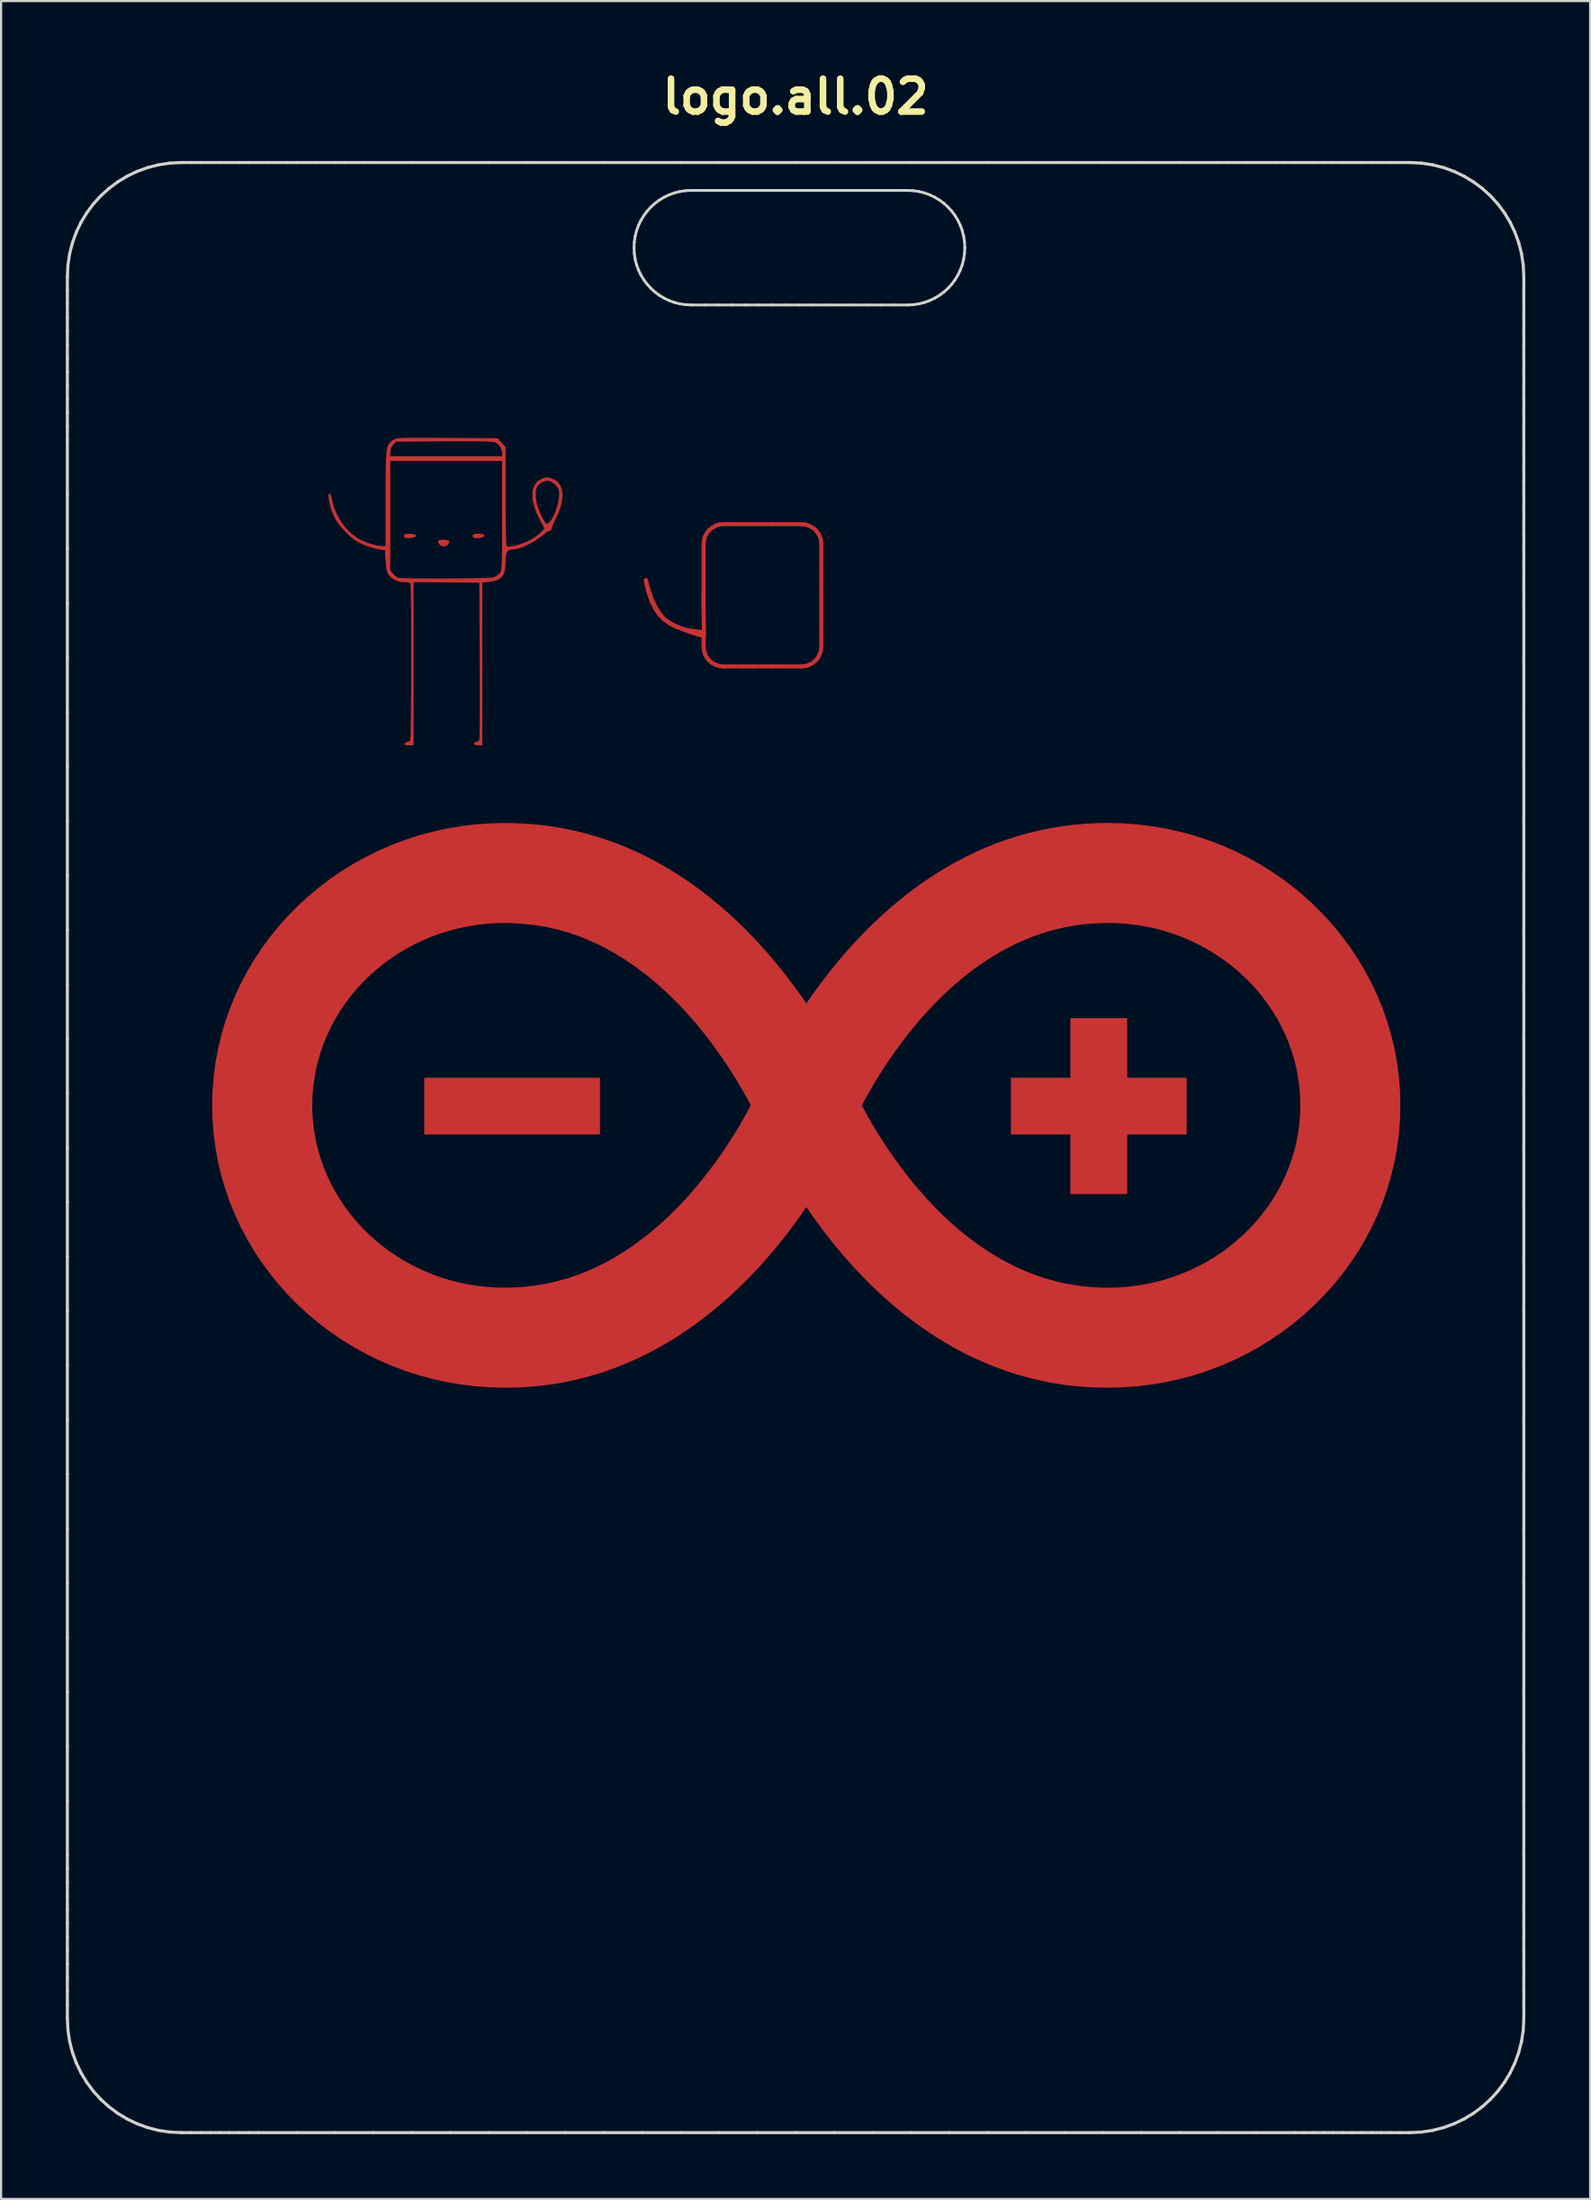
<source format=kicad_pcb>
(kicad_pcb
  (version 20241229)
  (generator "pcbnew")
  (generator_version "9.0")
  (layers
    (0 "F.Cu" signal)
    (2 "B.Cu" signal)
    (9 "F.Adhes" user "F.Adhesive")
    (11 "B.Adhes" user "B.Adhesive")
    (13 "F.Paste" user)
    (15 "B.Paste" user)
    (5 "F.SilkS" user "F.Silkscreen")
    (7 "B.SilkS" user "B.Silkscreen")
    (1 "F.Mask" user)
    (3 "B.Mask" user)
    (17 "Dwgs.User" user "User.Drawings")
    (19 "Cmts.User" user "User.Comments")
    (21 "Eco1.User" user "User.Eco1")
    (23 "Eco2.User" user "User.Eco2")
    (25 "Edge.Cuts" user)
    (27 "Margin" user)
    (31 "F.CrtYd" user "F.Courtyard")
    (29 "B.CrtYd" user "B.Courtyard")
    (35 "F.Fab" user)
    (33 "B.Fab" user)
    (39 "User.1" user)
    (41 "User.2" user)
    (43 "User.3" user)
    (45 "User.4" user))
  (footprint "logo.all.02"
    (layer "F.Cu")
    (at 33.797 50.083)
    (property "Reference" "logo.all.02" (at 0 -48.656 0) (layer "F.SilkS") (effects (font (size 1.524 1.524) (thickness 0.305))))
    (attr smd)
    (fp_line (start -6.931 -26.269) (end -6.92 -26.216) (stroke (width 0.185) (type solid)) (layer "F.Cu"))
    (fp_line (start -6.922 -26.201) (end -6.931 -26.269) (stroke (width 0.185) (type solid)) (layer "F.Cu"))
    (fp_line (start -6.92 -26.216) (end -6.885 -26.07) (stroke (width 0.185) (type solid)) (layer "F.Cu"))
    (fp_line (start -6.891 -26.041) (end -6.922 -26.201) (stroke (width 0.185) (type solid)) (layer "F.Cu"))
    (fp_line (start -6.885 -26.07) (end -6.824 -25.854) (stroke (width 0.185) (type solid)) (layer "F.Cu"))
    (fp_line (start -6.835 -25.811) (end -6.891 -26.041) (stroke (width 0.185) (type solid)) (layer "F.Cu"))
    (fp_line (start -6.824 -25.854) (end -6.737 -25.589) (stroke (width 0.185) (type solid)) (layer "F.Cu"))
    (fp_line (start -6.753 -25.536) (end -6.835 -25.811) (stroke (width 0.185) (type solid)) (layer "F.Cu"))
    (fp_line (start -6.737 -25.589) (end -6.62 -25.296) (stroke (width 0.185) (type solid)) (layer "F.Cu"))
    (fp_line (start -6.639 -25.24) (end -6.753 -25.536) (stroke (width 0.185) (type solid)) (layer "F.Cu"))
    (fp_line (start -6.62 -25.296) (end -6.473 -24.996) (stroke (width 0.185) (type solid)) (layer "F.Cu"))
    (fp_line (start -6.492 -24.946) (end -6.639 -25.24) (stroke (width 0.185) (type solid)) (layer "F.Cu"))
    (fp_line (start -6.473 -24.996) (end -6.293 -24.712) (stroke (width 0.185) (type solid)) (layer "F.Cu"))
    (fp_line (start -6.309 -24.678) (end -6.492 -24.946) (stroke (width 0.185) (type solid)) (layer "F.Cu"))
    (fp_line (start -6.293 -24.712) (end -6.08 -24.464) (stroke (width 0.185) (type solid)) (layer "F.Cu"))
    (fp_line (start -6.085 -24.46) (end -6.309 -24.678) (stroke (width 0.185) (type solid)) (layer "F.Cu"))
    (fp_line (start -6.08 -24.464) (end -5.824 -24.268) (stroke (width 0.185) (type solid)) (layer "F.Cu"))
    (fp_line (start -5.824 -24.268) (end -5.533 -24.121) (stroke (width 0.185) (type solid)) (layer "F.Cu"))
    (fp_line (start -5.824 -24.287) (end -6.085 -24.46) (stroke (width 0.185) (type solid)) (layer "F.Cu"))
    (fp_line (start -5.541 -24.137) (end -5.824 -24.287) (stroke (width 0.185) (type solid)) (layer "F.Cu"))
    (fp_line (start -5.533 -24.121) (end -5.229 -24.016) (stroke (width 0.185) (type solid)) (layer "F.Cu"))
    (fp_line (start -5.252 -24.009) (end -5.541 -24.137) (stroke (width 0.185) (type solid)) (layer "F.Cu"))
    (fp_line (start -5.229 -24.016) (end -4.931 -23.945) (stroke (width 0.185) (type solid)) (layer "F.Cu"))
    (fp_line (start -4.977 -23.905) (end -5.252 -24.009) (stroke (width 0.185) (type solid)) (layer "F.Cu"))
    (fp_line (start -4.931 -23.945) (end -4.663 -23.902) (stroke (width 0.185) (type solid)) (layer "F.Cu"))
    (fp_line (start -4.732 -23.824) (end -4.977 -23.905) (stroke (width 0.185) (type solid)) (layer "F.Cu"))
    (fp_line (start -4.663 -23.902) (end -4.445 -23.88) (stroke (width 0.185) (type solid)) (layer "F.Cu"))
    (fp_line (start -4.536 -23.767) (end -4.732 -23.824) (stroke (width 0.185) (type solid)) (layer "F.Cu"))
    (fp_line (start -4.445 -23.88) (end -4.298 -23.872) (stroke (width 0.185) (type solid)) (layer "F.Cu"))
    (fp_line (start -4.405 -23.732) (end -4.536 -23.767) (stroke (width 0.185) (type solid)) (layer "F.Cu"))
    (fp_line (start -4.357 -23.72) (end -4.405 -23.732) (stroke (width 0.185) (type solid)) (layer "F.Cu"))
    (fp_line (start -4.344 -23.733) (end -4.357 -23.72) (stroke (width 0.185) (type solid)) (layer "F.Cu"))
    (fp_line (start -4.33 -23.745) (end -4.344 -23.733) (stroke (width 0.185) (type solid)) (layer "F.Cu"))
    (fp_line (start -4.317 -23.758) (end -4.33 -23.745) (stroke (width 0.185) (type solid)) (layer "F.Cu"))
    (fp_line (start -4.303 -23.77) (end -4.317 -23.758) (stroke (width 0.185) (type solid)) (layer "F.Cu"))
    (fp_line (start -4.298 -23.872) (end -4.245 -23.871) (stroke (width 0.185) (type solid)) (layer "F.Cu"))
    (fp_line (start -4.29 -23.783) (end -4.303 -23.77) (stroke (width 0.185) (type solid)) (layer "F.Cu"))
    (fp_line (start -4.276 -23.795) (end -4.29 -23.783) (stroke (width 0.185) (type solid)) (layer "F.Cu"))
    (fp_line (start -4.263 -23.808) (end -4.276 -23.795) (stroke (width 0.185) (type solid)) (layer "F.Cu"))
    (fp_line (start -4.262 -23.201) (end -4.26 -23.278) (stroke (width 0.185) (type solid)) (layer "F.Cu"))
    (fp_line (start -4.262 -27.941) (end -4.243 -28.128) (stroke (width 0.185) (type solid)) (layer "F.Cu"))
    (fp_line (start -4.262 -27.645) (end -4.262 -27.941) (stroke (width 0.185) (type solid)) (layer "F.Cu"))
    (fp_line (start -4.262 -27.349) (end -4.262 -27.645) (stroke (width 0.185) (type solid)) (layer "F.Cu"))
    (fp_line (start -4.262 -27.052) (end -4.262 -27.349) (stroke (width 0.185) (type solid)) (layer "F.Cu"))
    (fp_line (start -4.262 -26.756) (end -4.262 -27.052) (stroke (width 0.185) (type solid)) (layer "F.Cu"))
    (fp_line (start -4.262 -26.46) (end -4.262 -26.756) (stroke (width 0.185) (type solid)) (layer "F.Cu"))
    (fp_line (start -4.262 -26.164) (end -4.262 -26.46) (stroke (width 0.185) (type solid)) (layer "F.Cu"))
    (fp_line (start -4.262 -25.867) (end -4.262 -26.164) (stroke (width 0.185) (type solid)) (layer "F.Cu"))
    (fp_line (start -4.262 -25.571) (end -4.262 -25.867) (stroke (width 0.185) (type solid)) (layer "F.Cu"))
    (fp_line (start -4.262 -25.497) (end -4.262 -25.571) (stroke (width 0.185) (type solid)) (layer "F.Cu"))
    (fp_line (start -4.262 -25.423) (end -4.262 -25.497) (stroke (width 0.185) (type solid)) (layer "F.Cu"))
    (fp_line (start -4.262 -25.349) (end -4.262 -25.423) (stroke (width 0.185) (type solid)) (layer "F.Cu"))
    (fp_line (start -4.262 -25.275) (end -4.262 -25.349) (stroke (width 0.185) (type solid)) (layer "F.Cu"))
    (fp_line (start -4.262 -25.201) (end -4.262 -25.275) (stroke (width 0.185) (type solid)) (layer "F.Cu"))
    (fp_line (start -4.262 -25.127) (end -4.262 -25.201) (stroke (width 0.185) (type solid)) (layer "F.Cu"))
    (fp_line (start -4.262 -25.053) (end -4.262 -25.127) (stroke (width 0.185) (type solid)) (layer "F.Cu"))
    (fp_line (start -4.262 -24.978) (end -4.262 -25.053) (stroke (width 0.185) (type solid)) (layer "F.Cu"))
    (fp_line (start -4.26 -23.278) (end -4.259 -23.356) (stroke (width 0.185) (type solid)) (layer "F.Cu"))
    (fp_line (start -4.259 -24.84) (end -4.262 -24.978) (stroke (width 0.185) (type solid)) (layer "F.Cu"))
    (fp_line (start -4.259 -23.356) (end -4.257 -23.433) (stroke (width 0.185) (type solid)) (layer "F.Cu"))
    (fp_line (start -4.257 -24.702) (end -4.259 -24.84) (stroke (width 0.185) (type solid)) (layer "F.Cu"))
    (fp_line (start -4.257 -23.433) (end -4.256 -23.511) (stroke (width 0.185) (type solid)) (layer "F.Cu"))
    (fp_line (start -4.256 -23.511) (end -4.254 -23.588) (stroke (width 0.185) (type solid)) (layer "F.Cu"))
    (fp_line (start -4.255 -24.563) (end -4.257 -24.702) (stroke (width 0.185) (type solid)) (layer "F.Cu"))
    (fp_line (start -4.254 -23.588) (end -4.252 -23.665) (stroke (width 0.185) (type solid)) (layer "F.Cu"))
    (fp_line (start -4.253 -24.425) (end -4.255 -24.563) (stroke (width 0.185) (type solid)) (layer "F.Cu"))
    (fp_line (start -4.252 -23.665) (end -4.251 -23.743) (stroke (width 0.185) (type solid)) (layer "F.Cu"))
    (fp_line (start -4.251 -24.286) (end -4.253 -24.425) (stroke (width 0.185) (type solid)) (layer "F.Cu"))
    (fp_line (start -4.251 -23.743) (end -4.249 -23.82) (stroke (width 0.185) (type solid)) (layer "F.Cu"))
    (fp_line (start -4.249 -23.82) (end -4.263 -23.808) (stroke (width 0.185) (type solid)) (layer "F.Cu"))
    (fp_line (start -4.249 -24.148) (end -4.251 -24.286) (stroke (width 0.185) (type solid)) (layer "F.Cu"))
    (fp_line (start -4.247 -24.01) (end -4.249 -24.148) (stroke (width 0.185) (type solid)) (layer "F.Cu"))
    (fp_line (start -4.245 -23.014) (end -4.262 -23.201) (stroke (width 0.185) (type solid)) (layer "F.Cu"))
    (fp_line (start -4.245 -23.871) (end -4.247 -24.01) (stroke (width 0.185) (type solid)) (layer "F.Cu"))
    (fp_line (start -4.243 -28.128) (end -4.189 -28.302) (stroke (width 0.185) (type solid)) (layer "F.Cu"))
    (fp_line (start -4.191 -22.84) (end -4.245 -23.014) (stroke (width 0.185) (type solid)) (layer "F.Cu"))
    (fp_line (start -4.189 -28.302) (end -4.104 -28.459) (stroke (width 0.185) (type solid)) (layer "F.Cu"))
    (fp_line (start -4.105 -22.683) (end -4.191 -22.84) (stroke (width 0.185) (type solid)) (layer "F.Cu"))
    (fp_line (start -4.104 -28.459) (end -3.991 -28.596) (stroke (width 0.185) (type solid)) (layer "F.Cu"))
    (fp_line (start -3.992 -22.546) (end -4.105 -22.683) (stroke (width 0.185) (type solid)) (layer "F.Cu"))
    (fp_line (start -3.991 -28.596) (end -3.855 -28.708) (stroke (width 0.185) (type solid)) (layer "F.Cu"))
    (fp_line (start -3.855 -22.434) (end -3.992 -22.546) (stroke (width 0.185) (type solid)) (layer "F.Cu"))
    (fp_line (start -3.855 -28.708) (end -3.697 -28.793) (stroke (width 0.185) (type solid)) (layer "F.Cu"))
    (fp_line (start -3.698 -22.349) (end -3.855 -22.434) (stroke (width 0.185) (type solid)) (layer "F.Cu"))
    (fp_line (start -3.697 -28.793) (end -3.524 -28.847) (stroke (width 0.185) (type solid)) (layer "F.Cu"))
    (fp_line (start -3.524 -22.295) (end -3.698 -22.349) (stroke (width 0.185) (type solid)) (layer "F.Cu"))
    (fp_line (start -3.524 -28.847) (end -3.337 -28.866) (stroke (width 0.185) (type solid)) (layer "F.Cu"))
    (fp_line (start -3.337 -28.866) (end -2.887 -28.866) (stroke (width 0.185) (type solid)) (layer "F.Cu"))
    (fp_line (start -3.337 -22.276) (end -3.524 -22.295) (stroke (width 0.185) (type solid)) (layer "F.Cu"))
    (fp_line (start -3.337 -28.866) (end -3.337 -28.866) (stroke (width 0.185) (type solid)) (layer "F.Cu"))
    (fp_line (start -2.887 -28.866) (end -2.436 -28.866) (stroke (width 0.185) (type solid)) (layer "F.Cu"))
    (fp_line (start -2.887 -22.276) (end -3.337 -22.276) (stroke (width 0.185) (type solid)) (layer "F.Cu"))
    (fp_line (start -2.436 -28.866) (end -1.986 -28.866) (stroke (width 0.185) (type solid)) (layer "F.Cu"))
    (fp_line (start -2.436 -22.276) (end -2.887 -22.276) (stroke (width 0.185) (type solid)) (layer "F.Cu"))
    (fp_line (start -1.986 -28.866) (end -1.535 -28.866) (stroke (width 0.185) (type solid)) (layer "F.Cu"))
    (fp_line (start -1.986 -22.276) (end -2.436 -22.276) (stroke (width 0.185) (type solid)) (layer "F.Cu"))
    (fp_line (start -1.535 -28.866) (end -1.085 -28.866) (stroke (width 0.185) (type solid)) (layer "F.Cu"))
    (fp_line (start -1.535 -22.276) (end -1.986 -22.276) (stroke (width 0.185) (type solid)) (layer "F.Cu"))
    (fp_line (start -1.085 -28.866) (end -0.634 -28.866) (stroke (width 0.185) (type solid)) (layer "F.Cu"))
    (fp_line (start -1.085 -22.276) (end -1.535 -22.276) (stroke (width 0.185) (type solid)) (layer "F.Cu"))
    (fp_line (start -0.634 -28.866) (end -0.183 -28.866) (stroke (width 0.185) (type solid)) (layer "F.Cu"))
    (fp_line (start -0.634 -22.276) (end -1.085 -22.276) (stroke (width 0.185) (type solid)) (layer "F.Cu"))
    (fp_line (start -0.183 -28.866) (end 0.267 -28.866) (stroke (width 0.185) (type solid)) (layer "F.Cu"))
    (fp_line (start -0.183 -22.276) (end -0.634 -22.276) (stroke (width 0.185) (type solid)) (layer "F.Cu"))
    (fp_line (start 0.267 -28.866) (end 0.454 -28.847) (stroke (width 0.185) (type solid)) (layer "F.Cu"))
    (fp_line (start 0.267 -22.276) (end -0.183 -22.276) (stroke (width 0.185) (type solid)) (layer "F.Cu"))
    (fp_line (start 0.454 -28.847) (end 0.628 -28.793) (stroke (width 0.185) (type solid)) (layer "F.Cu"))
    (fp_line (start 0.454 -22.295) (end 0.267 -22.276) (stroke (width 0.185) (type solid)) (layer "F.Cu"))
    (fp_line (start 0.628 -28.793) (end 0.785 -28.708) (stroke (width 0.185) (type solid)) (layer "F.Cu"))
    (fp_line (start 0.628 -22.349) (end 0.454 -22.295) (stroke (width 0.185) (type solid)) (layer "F.Cu"))
    (fp_line (start 0.785 -28.708) (end 0.922 -28.596) (stroke (width 0.185) (type solid)) (layer "F.Cu"))
    (fp_line (start 0.785 -22.434) (end 0.628 -22.349) (stroke (width 0.185) (type solid)) (layer "F.Cu"))
    (fp_line (start 0.922 -28.596) (end 1.034 -28.459) (stroke (width 0.185) (type solid)) (layer "F.Cu"))
    (fp_line (start 0.922 -22.546) (end 0.785 -22.434) (stroke (width 0.185) (type solid)) (layer "F.Cu"))
    (fp_line (start 1.034 -28.459) (end 1.119 -28.302) (stroke (width 0.185) (type solid)) (layer "F.Cu"))
    (fp_line (start 1.034 -22.683) (end 0.922 -22.546) (stroke (width 0.185) (type solid)) (layer "F.Cu"))
    (fp_line (start 1.119 -28.302) (end 1.173 -28.128) (stroke (width 0.185) (type solid)) (layer "F.Cu"))
    (fp_line (start 1.119 -22.84) (end 1.034 -22.683) (stroke (width 0.185) (type solid)) (layer "F.Cu"))
    (fp_line (start 1.173 -28.128) (end 1.192 -27.941) (stroke (width 0.185) (type solid)) (layer "F.Cu"))
    (fp_line (start 1.173 -23.014) (end 1.119 -22.84) (stroke (width 0.185) (type solid)) (layer "F.Cu"))
    (fp_line (start 1.192 -27.941) (end 1.192 -27.349) (stroke (width 0.185) (type solid)) (layer "F.Cu"))
    (fp_line (start 1.192 -27.349) (end 1.192 -26.756) (stroke (width 0.185) (type solid)) (layer "F.Cu"))
    (fp_line (start 1.192 -26.756) (end 1.192 -26.164) (stroke (width 0.185) (type solid)) (layer "F.Cu"))
    (fp_line (start 1.192 -26.164) (end 1.192 -25.571) (stroke (width 0.185) (type solid)) (layer "F.Cu"))
    (fp_line (start 1.192 -25.571) (end 1.192 -24.978) (stroke (width 0.185) (type solid)) (layer "F.Cu"))
    (fp_line (start 1.192 -24.978) (end 1.192 -24.386) (stroke (width 0.185) (type solid)) (layer "F.Cu"))
    (fp_line (start 1.192 -24.386) (end 1.192 -23.793) (stroke (width 0.185) (type solid)) (layer "F.Cu"))
    (fp_line (start 1.192 -23.793) (end 1.192 -23.201) (stroke (width 0.185) (type solid)) (layer "F.Cu"))
    (fp_line (start 1.192 -23.201) (end 1.173 -23.014) (stroke (width 0.185) (type solid)) (layer "F.Cu"))
    (fp_poly (pts (xy -17.199 -3.233) (xy -16.182 -3.233) (xy -15.164 -3.233) (xy -14.147 -3.233) (xy -13.129 -3.233) (xy -12.112 -3.233) (xy -11.094 -3.233) (xy -10.077 -3.233) (xy -9.059 -3.233) (xy -9.059 -2.905) (xy -9.059 -2.578) (xy -9.059 -2.25) (xy -9.059 -1.922) (xy -9.059 -1.594) (xy -9.059 -1.266) (xy -9.059 -0.938) (xy -9.059 -0.61) (xy -10.077 -0.61) (xy -11.094 -0.61) (xy -12.112 -0.61) (xy -13.129 -0.61) (xy -14.147 -0.61) (xy -15.164 -0.61) (xy -16.182 -0.61) (xy -17.199 -0.61) (xy -17.199 -0.938) (xy -17.199 -1.266) (xy -17.199 -1.594) (xy -17.199 -1.922) (xy -17.199 -2.25) (xy -17.199 -2.578) (xy -17.199 -2.905) (xy -17.199 -3.233)) (stroke (width 0) (type solid)) (fill yes) (layer "F.Cu"))
    (fp_poly (pts (xy -17.588 -28.328) (xy -17.595 -28.305) (xy -17.615 -28.285) (xy -17.647 -28.266) (xy -17.688 -28.25) (xy -17.738 -28.237) (xy -17.793 -28.227) (xy -17.853 -28.221) (xy -17.916 -28.219) (xy -17.974 -28.22) (xy -18.023 -28.225) (xy -18.062 -28.234) (xy -18.093 -28.245) (xy -18.116 -28.259) (xy -18.131 -28.276) (xy -18.14 -28.295) (xy -18.143 -28.317) (xy -18.14 -28.339) (xy -18.131 -28.359) (xy -18.115 -28.377) (xy -18.092 -28.391) (xy -18.061 -28.403) (xy -18.021 -28.412) (xy -17.972 -28.417) (xy -17.914 -28.419) (xy -17.851 -28.418) (xy -17.792 -28.414) (xy -17.736 -28.406) (xy -17.687 -28.397) (xy -17.646 -28.384) (xy -17.615 -28.368) (xy -17.595 -28.349) (xy -17.588 -28.328) (xy -17.588 -28.328)) (stroke (width 0) (type solid)) (fill yes) (layer "F.Cu"))
    (fp_poly (pts (xy -14.403 -28.322) (xy -14.412 -28.303) (xy -14.437 -28.284) (xy -14.475 -28.267) (xy -14.524 -28.25) (xy -14.58 -28.236) (xy -14.64 -28.226) (xy -14.702 -28.219) (xy -14.764 -28.216) (xy -14.818 -28.219) (xy -14.862 -28.226) (xy -14.897 -28.237) (xy -14.924 -28.252) (xy -14.943 -28.268) (xy -14.956 -28.287) (xy -14.963 -28.306) (xy -14.965 -28.325) (xy -14.962 -28.344) (xy -14.951 -28.362) (xy -14.933 -28.379) (xy -14.908 -28.393) (xy -14.876 -28.406) (xy -14.835 -28.415) (xy -14.787 -28.421) (xy -14.732 -28.424) (xy -14.672 -28.423) (xy -14.613 -28.42) (xy -14.558 -28.414) (xy -14.508 -28.405) (xy -14.465 -28.392) (xy -14.432 -28.374) (xy -14.411 -28.351) (xy -14.403 -28.322) (xy -14.403 -28.322)) (stroke (width 0) (type solid)) (fill yes) (layer "F.Cu"))
    (fp_poly (pts (xy -16.036 -28.048) (xy -16.041 -28.018) (xy -16.057 -27.984) (xy -16.08 -27.948) (xy -16.111 -27.913) (xy -16.146 -27.882) (xy -16.185 -27.856) (xy -16.225 -27.839) (xy -16.265 -27.833) (xy -16.288 -27.834) (xy -16.313 -27.837) (xy -16.341 -27.842) (xy -16.371 -27.85) (xy -16.4 -27.86) (xy -16.427 -27.871) (xy -16.453 -27.886) (xy -16.474 -27.902) (xy -16.493 -27.922) (xy -16.509 -27.944) (xy -16.522 -27.968) (xy -16.534 -27.993) (xy -16.542 -28.017) (xy -16.547 -28.04) (xy -16.549 -28.059) (xy -16.548 -28.075) (xy -16.536 -28.099) (xy -16.516 -28.116) (xy -16.488 -28.129) (xy -16.455 -28.137) (xy -16.417 -28.141) (xy -16.377 -28.143) (xy -16.335 -28.144) (xy -16.294 -28.144) (xy -16.253 -28.143) (xy -16.209 -28.139) (xy -16.166 -28.133) (xy -16.125 -28.124) (xy -16.09 -28.111) (xy -16.061 -28.094) (xy -16.043 -28.074) (xy -16.036 -28.048) (xy -16.036 -28.048)) (stroke (width 0) (type solid)) (fill yes) (layer "F.Cu"))
    (fp_poly (pts (xy 15.358 -3.233) (xy 15.358 -3.923) (xy 15.358 -4.614) (xy 15.358 -5.304) (xy 15.358 -5.994) (xy 14.7 -5.994) (xy 14.042 -5.994) (xy 13.385 -5.994) (xy 12.727 -5.994) (xy 12.727 -5.304) (xy 12.727 -4.614) (xy 12.727 -3.923) (xy 12.727 -3.233) (xy 12.038 -3.233) (xy 11.35 -3.233) (xy 10.661 -3.233) (xy 9.972 -3.233) (xy 9.972 -2.578) (xy 9.972 -1.922) (xy 9.972 -1.266) (xy 9.972 -0.61) (xy 10.661 -0.61) (xy 11.35 -0.61) (xy 12.038 -0.61) (xy 12.727 -0.61) (xy 12.727 0.08) (xy 12.727 0.77) (xy 12.727 1.46) (xy 12.727 2.151) (xy 13.385 2.151) (xy 14.042 2.151) (xy 14.7 2.151) (xy 15.358 2.151) (xy 15.358 1.46) (xy 15.358 0.77) (xy 15.358 0.08) (xy 15.358 -0.61) (xy 16.045 -0.61) (xy 16.733 -0.61) (xy 17.421 -0.61) (xy 18.109 -0.61) (xy 18.109 -1.266) (xy 18.109 -1.922) (xy 18.109 -2.578) (xy 18.109 -3.233) (xy 17.421 -3.233) (xy 16.733 -3.233) (xy 16.045 -3.233) (xy 15.358 -3.233)) (stroke (width 0) (type solid)) (fill yes) (layer "F.Cu"))
    (fp_poly (pts (xy 28.011 -1.955) (xy 20.45 -8.203) (xy 20.76 -7.923) (xy 21.056 -7.629) (xy 21.336 -7.323) (xy 21.601 -7.004) (xy 21.85 -6.672) (xy 22.083 -6.33) (xy 22.298 -5.976) (xy 22.495 -5.612) (xy 22.674 -5.238) (xy 22.834 -4.855) (xy 22.974 -4.463) (xy 23.095 -4.062) (xy 23.194 -3.654) (xy 23.273 -3.239) (xy 23.33 -2.817) (xy 23.364 -2.389) (xy 23.376 -1.955) (xy 23.364 -1.521) (xy 23.33 -1.094) (xy 23.273 -0.672) (xy 23.194 -0.257) (xy 23.095 0.151) (xy 22.974 0.551) (xy 22.834 0.943) (xy 22.674 1.326) (xy 22.495 1.7) (xy 22.298 2.064) (xy 22.083 2.418) (xy 21.851 2.76) (xy 21.602 3.091) (xy 21.337 3.41) (xy 21.057 3.717) (xy 20.761 4.01) (xy 20.451 4.29) (xy 20.128 4.556) (xy 19.791 4.807) (xy 19.441 5.042) (xy 19.079 5.262) (xy 18.706 5.466) (xy 18.322 5.653) (xy 17.927 5.822) (xy 17.522 5.973) (xy 17.108 6.106) (xy 16.686 6.22) (xy 16.255 6.315) (xy 15.816 6.389) (xy 15.371 6.443) (xy 14.919 6.476) (xy 14.461 6.487) (xy 14.144 6.482) (xy 13.829 6.466) (xy 13.516 6.44) (xy 13.205 6.407) (xy 13.161 6.401) (xy 13.116 6.395) (xy 13.071 6.389) (xy 13.026 6.383) (xy 12.519 6.296) (xy 12.025 6.184) (xy 11.543 6.048) (xy 11.074 5.889) (xy 10.617 5.709) (xy 10.172 5.508) (xy 9.74 5.29) (xy 9.321 5.054) (xy 8.914 4.803) (xy 8.52 4.538) (xy 8.138 4.26) (xy 7.769 3.971) (xy 7.413 3.672) (xy 7.069 3.364) (xy 6.738 3.05) (xy 6.42 2.73) (xy 6.115 2.407) (xy 5.822 2.08) (xy 5.542 1.753) (xy 5.274 1.426) (xy 5.02 1.1) (xy 4.778 0.778) (xy 4.549 0.46) (xy 4.333 0.148) (xy 4.13 -0.156) (xy 3.94 -0.451) (xy 3.762 -0.736) (xy 3.598 -1.009) (xy 3.446 -1.269) (xy 3.307 -1.514) (xy 3.182 -1.744) (xy 3.069 -1.955) (xy 3.069 -1.955) (xy 3.182 -2.167) (xy 3.308 -2.397) (xy 3.447 -2.643) (xy 3.599 -2.903) (xy 3.763 -3.176) (xy 3.941 -3.461) (xy 4.131 -3.757) (xy 4.335 -4.061) (xy 4.551 -4.373) (xy 4.78 -4.691) (xy 5.021 -5.014) (xy 5.276 -5.339) (xy 5.543 -5.667) (xy 5.823 -5.994) (xy 6.116 -6.32) (xy 6.422 -6.644) (xy 6.74 -6.964) (xy 7.071 -7.278) (xy 7.414 -7.585) (xy 7.77 -7.884) (xy 8.139 -8.174) (xy 8.521 -8.451) (xy 8.915 -8.717) (xy 9.321 -8.968) (xy 9.741 -9.203) (xy 10.173 -9.422) (xy 10.617 -9.622) (xy 11.074 -9.803) (xy 11.543 -9.962) (xy 12.025 -10.098) (xy 12.519 -10.21) (xy 13.026 -10.297) (xy 13.384 -10.341) (xy 13.742 -10.372) (xy 14.099 -10.391) (xy 14.455 -10.4) (xy 14.913 -10.389) (xy 15.366 -10.356) (xy 15.812 -10.302) (xy 16.251 -10.228) (xy 16.682 -10.134) (xy 17.105 -10.019) (xy 17.519 -9.886) (xy 17.924 -9.735) (xy 18.319 -9.566) (xy 18.704 -9.379) (xy 19.077 -9.175) (xy 19.439 -8.955) (xy 19.789 -8.719) (xy 20.126 -8.468) (xy 20.45 -8.203) (xy 28.011 -1.955) (xy 27.993 -2.627) (xy 27.941 -3.29) (xy 27.854 -3.944) (xy 27.735 -4.587) (xy 27.583 -5.219) (xy 27.4 -5.839) (xy 27.187 -6.446) (xy 26.944 -7.04) (xy 26.672 -7.619) (xy 26.372 -8.182) (xy 26.045 -8.73) (xy 25.693 -9.26) (xy 25.314 -9.773) (xy 24.911 -10.267) (xy 24.485 -10.742) (xy 24.036 -11.196) (xy 23.565 -11.629) (xy 23.073 -12.041) (xy 22.561 -12.429) (xy 22.029 -12.794) (xy 21.479 -13.134) (xy -4.028 -5.015) (xy -3.786 -4.692) (xy -3.557 -4.375) (xy -3.341 -4.063) (xy -3.138 -3.759) (xy -2.947 -3.463) (xy -2.77 -3.178) (xy -2.605 -2.905) (xy -2.453 -2.645) (xy -2.314 -2.399) (xy -2.188 -2.17) (xy -2.075 -1.958) (xy -2.189 -1.746) (xy -2.315 -1.516) (xy -2.454 -1.27) (xy -2.606 -1.01) (xy -2.77 -0.736) (xy -2.948 -0.451) (xy -3.139 -0.155) (xy -3.342 0.149) (xy -3.558 0.461) (xy -3.787 0.779) (xy -4.029 1.101) (xy -4.284 1.427) (xy -4.551 1.754) (xy -4.831 2.082) (xy -5.124 2.408) (xy -5.43 2.732) (xy -5.748 3.051) (xy -6.079 3.366) (xy -6.423 3.673) (xy -6.779 3.972) (xy -7.148 4.261) (xy -7.529 4.538) (xy -7.924 4.804) (xy -8.33 5.055) (xy -8.75 5.29) (xy -9.182 5.509) (xy -9.626 5.709) (xy -10.083 5.889) (xy -10.553 6.048) (xy -11.035 6.184) (xy -11.529 6.296) (xy -12.036 6.382) (xy -12.036 6.382) (xy -12.08 6.389) (xy -12.125 6.395) (xy -12.169 6.401) (xy -12.214 6.407) (xy -12.529 6.442) (xy -12.843 6.466) (xy -13.157 6.48) (xy -13.469 6.487) (xy -13.927 6.476) (xy -14.379 6.443) (xy -14.825 6.389) (xy -15.263 6.315) (xy -15.694 6.22) (xy -16.117 6.106) (xy -16.531 5.973) (xy -16.936 5.822) (xy -17.331 5.652) (xy -17.715 5.465) (xy -18.088 5.262) (xy -18.45 5.042) (xy -18.8 4.806) (xy -19.137 4.555) (xy -19.461 4.29) (xy -19.771 4.01) (xy -20.066 3.716) (xy -20.347 3.41) (xy -20.611 3.091) (xy -20.86 2.76) (xy -21.093 2.417) (xy -21.308 2.064) (xy -21.505 1.7) (xy -21.684 1.326) (xy -21.844 0.943) (xy -21.984 0.551) (xy -22.104 0.151) (xy -22.204 -0.257) (xy -22.283 -0.672) (xy -22.339 -1.094) (xy -22.374 -1.522) (xy -22.386 -1.955) (xy -22.374 -2.389) (xy -22.339 -2.817) (xy -22.283 -3.239) (xy -22.204 -3.654) (xy -22.104 -4.062) (xy -21.984 -4.463) (xy -21.843 -4.855) (xy -21.683 -5.238) (xy -21.505 -5.612) (xy -21.307 -5.976) (xy -21.092 -6.33) (xy -20.86 -6.673) (xy -20.611 -7.004) (xy -20.346 -7.323) (xy -20.065 -7.63) (xy -19.77 -7.923) (xy -19.46 -8.203) (xy -19.136 -8.469) (xy -18.799 -8.72) (xy -18.449 -8.955) (xy -18.087 -9.175) (xy -17.713 -9.379) (xy -17.328 -9.566) (xy -16.933 -9.735) (xy -16.528 -9.887) (xy -16.114 -10.02) (xy -15.691 -10.134) (xy -15.259 -10.228) (xy -14.82 -10.303) (xy -14.374 -10.357) (xy -13.922 -10.389) (xy -13.463 -10.4) (xy -13.087 -10.389) (xy -12.727 -10.366) (xy -12.377 -10.334) (xy -12.034 -10.297) (xy -11.527 -10.21) (xy -11.033 -10.098) (xy -10.551 -9.962) (xy -10.082 -9.803) (xy -9.625 -9.623) (xy -9.181 -9.422) (xy -8.749 -9.204) (xy -8.329 -8.968) (xy -7.923 -8.717) (xy -7.529 -8.452) (xy -7.147 -8.174) (xy -6.778 -7.885) (xy -6.422 -7.586) (xy -6.078 -7.279) (xy -5.747 -6.964) (xy -5.429 -6.645) (xy -5.123 -6.321) (xy -4.83 -5.995) (xy -4.55 -5.667) (xy -4.283 -5.34) (xy -4.028 -5.015) (xy 21.479 -13.134) (xy 20.911 -13.449) (xy 20.327 -13.739) (xy 19.727 -14.001) (xy 19.111 -14.235) (xy 18.482 -14.441) (xy 17.839 -14.617) (xy 17.184 -14.764) (xy 16.517 -14.879) (xy 15.839 -14.962) (xy 15.152 -15.013) (xy 14.455 -15.03) (xy 13.929 -15.021) (xy 13.405 -14.992) (xy 12.886 -14.945) (xy 12.37 -14.882) (xy 11.831 -14.795) (xy 11.303 -14.689) (xy 10.787 -14.565) (xy 10.281 -14.423) (xy 9.787 -14.265) (xy 9.304 -14.092) (xy 8.832 -13.903) (xy 8.37 -13.701) (xy 7.92 -13.485) (xy 7.481 -13.256) (xy 7.052 -13.016) (xy 6.635 -12.765) (xy 6.228 -12.504) (xy 5.832 -12.234) (xy 5.447 -11.955) (xy 5.072 -11.668) (xy 4.708 -11.374) (xy 4.354 -11.074) (xy 4.012 -10.769) (xy 3.679 -10.459) (xy 3.357 -10.146) (xy 3.046 -9.829) (xy 2.745 -9.51) (xy 2.455 -9.19) (xy 2.174 -8.869) (xy 1.904 -8.548) (xy 1.645 -8.228) (xy 1.395 -7.91) (xy 1.156 -7.595) (xy 0.927 -7.283) (xy 0.708 -6.975) (xy 0.499 -6.672) (xy 0.289 -6.975) (xy 0.069 -7.283) (xy -0.16 -7.595) (xy -0.4 -7.91) (xy -0.65 -8.228) (xy -0.91 -8.548) (xy -1.181 -8.869) (xy -1.461 -9.19) (xy -1.752 -9.51) (xy -2.054 -9.829) (xy -2.365 -10.145) (xy -2.687 -10.459) (xy -3.02 -10.769) (xy -3.363 -11.074) (xy -3.717 -11.374) (xy -4.081 -11.668) (xy -4.455 -11.955) (xy -4.841 -12.234) (xy -5.237 -12.504) (xy -5.644 -12.765) (xy -6.062 -13.016) (xy -6.49 -13.256) (xy -6.929 -13.485) (xy -7.379 -13.7) (xy -7.841 -13.903) (xy -8.313 -14.092) (xy -8.796 -14.265) (xy -9.29 -14.423) (xy -9.795 -14.565) (xy -10.312 -14.689) (xy -10.839 -14.795) (xy -11.378 -14.882) (xy -11.443 -14.892) (xy -11.508 -14.901) (xy -11.573 -14.909) (xy -11.639 -14.918) (xy -12.115 -14.968) (xy -12.569 -15.001) (xy -13.013 -15.021) (xy -13.463 -15.03) (xy -14.16 -15.013) (xy -14.848 -14.962) (xy -15.526 -14.879) (xy -16.193 -14.764) (xy -16.849 -14.617) (xy -17.492 -14.441) (xy -18.121 -14.235) (xy -18.737 -14.001) (xy -19.337 -13.739) (xy -19.922 -13.449) (xy -20.489 -13.134) (xy -21.04 -12.794) (xy -21.571 -12.429) (xy -22.084 -12.041) (xy -22.576 -11.629) (xy -23.047 -11.196) (xy -23.496 -10.742) (xy -23.922 -10.267) (xy -24.325 -9.773) (xy -24.703 -9.26) (xy -25.056 -8.73) (xy -25.383 -8.182) (xy -25.683 -7.619) (xy -25.955 -7.04) (xy -26.198 -6.446) (xy -26.411 -5.839) (xy -26.594 -5.219) (xy -26.745 -4.587) (xy -26.865 -3.944) (xy -26.951 -3.29) (xy -27.004 -2.627) (xy -27.021 -1.955) (xy -27.004 -1.283) (xy -26.951 -0.62) (xy -26.865 0.033) (xy -26.745 0.677) (xy -26.594 1.309) (xy -26.411 1.929) (xy -26.198 2.536) (xy -25.955 3.129) (xy -25.683 3.708) (xy -25.383 4.272) (xy -25.057 4.819) (xy -24.704 5.349) (xy -24.325 5.862) (xy -23.923 6.356) (xy -23.497 6.83) (xy -23.048 7.285) (xy -22.577 7.718) (xy -22.085 8.129) (xy -21.573 8.517) (xy -21.041 8.882) (xy -20.491 9.222) (xy -19.924 9.537) (xy -19.339 9.826) (xy -18.739 10.088) (xy -18.124 10.322) (xy -17.495 10.528) (xy -16.852 10.705) (xy -16.197 10.851) (xy -15.53 10.966) (xy -14.853 11.049) (xy -14.166 11.1) (xy -13.469 11.117) (xy -12.942 11.109) (xy -12.417 11.081) (xy -11.896 11.036) (xy -11.378 10.974) (xy -10.84 10.886) (xy -10.312 10.779) (xy -9.796 10.655) (xy -9.29 10.513) (xy -8.796 10.354) (xy -8.313 10.18) (xy -7.841 9.992) (xy -7.38 9.789) (xy -6.93 9.573) (xy -6.49 9.344) (xy -6.062 9.104) (xy -5.644 8.852) (xy -5.238 8.591) (xy -4.841 8.32) (xy -4.456 8.041) (xy -4.081 7.754) (xy -3.717 7.46) (xy -3.363 7.16) (xy -3.02 6.854) (xy -2.688 6.544) (xy -2.366 6.23) (xy -2.054 5.913) (xy -1.753 5.594) (xy -1.462 5.274) (xy -1.181 4.953) (xy -0.911 4.632) (xy -0.651 4.312) (xy -0.401 3.993) (xy -0.161 3.678) (xy 0.069 3.365) (xy 0.289 3.057) (xy 0.498 2.753) (xy 0.707 3.057) (xy 0.926 3.365) (xy 1.155 3.678) (xy 1.395 3.993) (xy 1.644 4.312) (xy 1.904 4.632) (xy 2.174 4.953) (xy 2.454 5.274) (xy 2.745 5.594) (xy 3.046 5.913) (xy 3.357 6.23) (xy 3.679 6.544) (xy 4.011 6.854) (xy 4.354 7.16) (xy 4.707 7.46) (xy 5.071 7.754) (xy 5.446 8.041) (xy 5.831 8.32) (xy 6.227 8.591) (xy 6.634 8.852) (xy 7.052 9.104) (xy 7.48 9.344) (xy 7.92 9.573) (xy 8.37 9.789) (xy 8.831 9.992) (xy 9.303 10.18) (xy 9.786 10.354) (xy 10.281 10.513) (xy 10.786 10.655) (xy 11.303 10.779) (xy 11.83 10.886) (xy 12.369 10.974) (xy 12.434 10.983) (xy 12.499 10.992) (xy 12.565 11) (xy 12.63 11.008) (xy 13.024 11.052) (xy 13.417 11.082) (xy 13.809 11.102) (xy 14.199 11.115) (xy 14.264 11.115) (xy 14.33 11.116) (xy 14.395 11.116) (xy 14.46 11.117) (xy 15.156 11.1) (xy 15.844 11.049) (xy 16.521 10.966) (xy 17.188 10.851) (xy 17.843 10.704) (xy 18.486 10.528) (xy 19.115 10.322) (xy 19.73 10.088) (xy 20.33 9.826) (xy 20.915 9.537) (xy 21.482 9.222) (xy 22.032 8.881) (xy 22.563 8.517) (xy 23.075 8.128) (xy 23.567 7.717) (xy 24.038 7.284) (xy 24.487 6.83) (xy 24.913 6.356) (xy 25.316 5.862) (xy 25.694 5.349) (xy 26.047 4.819) (xy 26.373 4.271) (xy 26.673 3.708) (xy 26.944 3.129) (xy 27.187 2.536) (xy 27.401 1.928) (xy 27.584 1.308) (xy 27.735 0.676) (xy 27.854 0.033) (xy 27.941 -0.62) (xy 27.993 -1.283) (xy 28.011 -1.955) (xy 28.011 -1.955)) (stroke (width 0) (type solid)) (fill yes) (layer "F.Cu"))
    (fp_poly (pts (xy -18.112 -18.693) (xy -18.106 -18.707) (xy -18.095 -18.721) (xy -18.082 -18.734) (xy -18.066 -18.747) (xy -18.048 -18.758) (xy -18.028 -18.768) (xy -18.008 -18.775) (xy -17.986 -18.78) (xy -17.965 -18.786) (xy -17.943 -18.793) (xy -17.922 -18.802) (xy -17.902 -18.812) (xy -17.883 -18.824) (xy -17.867 -18.836) (xy -17.853 -18.849) (xy -17.843 -18.861) (xy -17.827 -19.188) (xy -17.815 -20.005) (xy -17.807 -21.15) (xy -17.803 -22.459) (xy -17.804 -23.771) (xy -17.809 -24.922) (xy -17.82 -25.751) (xy -17.835 -26.094) (xy -17.613 -26.354) (xy -16.932 -26.349) (xy -16.169 -26.35) (xy -15.41 -26.355) (xy -14.74 -26.366) (xy -14.246 -26.38) (xy -14.014 -26.398) (xy -14.014 -26.398) (xy -13.972 -26.412) (xy -13.928 -26.431) (xy -13.884 -26.453) (xy -13.84 -26.479) (xy -13.8 -26.506) (xy -13.762 -26.535) (xy -13.73 -26.565) (xy -13.704 -26.594) (xy -13.668 -26.647) (xy -13.641 -26.722) (xy -13.622 -26.848) (xy -13.608 -27.055) (xy -13.6 -27.371) (xy -13.595 -27.825) (xy -13.594 -28.446) (xy -13.593 -29.263) (xy -13.593 -29.579) (xy -13.593 -29.895) (xy -13.593 -30.211) (xy -13.593 -30.527) (xy -13.593 -30.843) (xy -13.593 -31.159) (xy -13.593 -31.475) (xy -13.593 -31.791) (xy -13.917 -31.791) (xy -14.241 -31.791) (xy -14.565 -31.791) (xy -14.888 -31.791) (xy -15.212 -31.791) (xy -15.536 -31.791) (xy -15.859 -31.791) (xy -16.183 -31.791) (xy -16.507 -31.791) (xy -16.831 -31.791) (xy -17.154 -31.791) (xy -17.478 -31.791) (xy -17.802 -31.791) (xy -18.126 -31.791) (xy -18.449 -31.791) (xy -18.773 -31.791) (xy -18.773 -31.475) (xy -18.773 -31.159) (xy -18.773 -30.842) (xy -18.773 -30.526) (xy -18.773 -30.209) (xy -18.773 -29.893) (xy -18.773 -29.576) (xy -18.773 -29.26) (xy -18.773 -28.943) (xy -18.773 -28.627) (xy -18.773 -28.31) (xy -18.773 -27.994) (xy -18.773 -27.677) (xy -18.773 -27.361) (xy -18.773 -27.044) (xy -18.773 -26.728) (xy -18.756 -26.708) (xy -18.739 -26.687) (xy -18.722 -26.667) (xy -18.705 -26.647) (xy -18.688 -26.626) (xy -18.67 -26.606) (xy -18.653 -26.586) (xy -18.636 -26.566) (xy -18.606 -26.532) (xy -18.574 -26.501) (xy -18.539 -26.471) (xy -18.505 -26.444) (xy -18.47 -26.421) (xy -18.437 -26.402) (xy -18.407 -26.388) (xy -18.38 -26.38) (xy -18.124 -26.364) (xy -17.613 -26.354) (xy -17.835 -26.094) (xy -17.846 -26.115) (xy -17.864 -26.133) (xy -17.887 -26.148) (xy -17.918 -26.16) (xy -17.956 -26.169) (xy -18.002 -26.175) (xy -18.055 -26.178) (xy -18.118 -26.18) (xy -18.228 -26.186) (xy -18.335 -26.203) (xy -18.438 -26.232) (xy -18.536 -26.27) (xy -18.627 -26.319) (xy -18.71 -26.376) (xy -18.783 -26.441) (xy -18.773 -32.194) (xy -18.773 -32.17) (xy -18.773 -32.147) (xy -18.773 -32.124) (xy -18.773 -32.101) (xy -18.773 -32.078) (xy -18.773 -32.054) (xy -18.773 -32.031) (xy -18.773 -32.008) (xy -18.449 -32.008) (xy -18.126 -32.008) (xy -17.802 -32.008) (xy -17.478 -32.008) (xy -17.154 -32.008) (xy -16.831 -32.008) (xy -16.507 -32.008) (xy -16.183 -32.008) (xy -15.859 -32.008) (xy -15.536 -32.008) (xy -15.212 -32.008) (xy -14.888 -32.008) (xy -14.565 -32.008) (xy -14.241 -32.008) (xy -13.917 -32.008) (xy -13.593 -32.008) (xy -13.593 -32.025) (xy -13.593 -32.042) (xy -13.593 -32.059) (xy -13.593 -32.077) (xy -13.593 -32.094) (xy -13.593 -32.111) (xy -13.593 -32.128) (xy -13.593 -32.145) (xy -13.593 -32.145) (xy -13.593 -32.145) (xy -13.593 -32.145) (xy -13.593 -32.145) (xy -13.593 -32.145) (xy -13.593 -32.145) (xy -13.593 -32.145) (xy -13.593 -32.145) (xy -13.6 -32.223) (xy -13.618 -32.301) (xy -13.646 -32.377) (xy -13.684 -32.448) (xy -13.73 -32.513) (xy -13.782 -32.569) (xy -13.841 -32.615) (xy -13.903 -32.649) (xy -13.971 -32.665) (xy -14.095 -32.677) (xy -14.28 -32.687) (xy -14.53 -32.694) (xy -14.851 -32.699) (xy -15.247 -32.701) (xy -15.723 -32.7) (xy -16.284 -32.697) (xy -16.563 -32.695) (xy -16.841 -32.693) (xy -17.12 -32.691) (xy -17.398 -32.69) (xy -17.677 -32.688) (xy -17.956 -32.686) (xy -18.234 -32.684) (xy -18.513 -32.682) (xy -18.529 -32.663) (xy -18.545 -32.644) (xy -18.561 -32.625) (xy -18.578 -32.607) (xy -18.594 -32.588) (xy -18.61 -32.569) (xy -18.627 -32.55) (xy -18.643 -32.531) (xy -18.672 -32.494) (xy -18.698 -32.454) (xy -18.721 -32.413) (xy -18.739 -32.371) (xy -18.754 -32.327) (xy -18.764 -32.283) (xy -18.771 -32.238) (xy -18.773 -32.194) (xy -18.783 -26.441) (xy -18.845 -26.514) (xy -18.874 -26.558) (xy -18.898 -26.609) (xy -18.919 -26.668) (xy -18.936 -26.737) (xy -18.951 -26.819) (xy -18.964 -26.916) (xy -18.975 -27.03) (xy -18.984 -27.162) (xy -18.988 -27.224) (xy -18.992 -27.287) (xy -18.996 -27.35) (xy -19 -27.413) (xy -19.004 -27.475) (xy -19.008 -27.538) (xy -19.012 -27.601) (xy -19.016 -27.663) (xy -19.036 -27.665) (xy -19.056 -27.667) (xy -19.077 -27.669) (xy -19.097 -27.671) (xy -19.117 -27.673) (xy -19.137 -27.675) (xy -19.158 -27.677) (xy -19.178 -27.679) (xy -19.293 -27.696) (xy -19.421 -27.722) (xy -19.558 -27.757) (xy -19.7 -27.8) (xy -19.843 -27.85) (xy -19.984 -27.905) (xy -20.119 -27.965) (xy -20.244 -28.027) (xy -20.398 -28.121) (xy -20.56 -28.243) (xy -20.724 -28.387) (xy -20.885 -28.547) (xy -21.037 -28.717) (xy -21.174 -28.89) (xy -21.292 -29.062) (xy -21.383 -29.226) (xy -21.441 -29.36) (xy -21.495 -29.514) (xy -21.544 -29.677) (xy -21.584 -29.839) (xy -21.614 -29.988) (xy -21.631 -30.115) (xy -21.633 -30.209) (xy -21.616 -30.26) (xy -21.594 -30.277) (xy -21.574 -30.28) (xy -21.554 -30.266) (xy -21.535 -30.233) (xy -21.515 -30.18) (xy -21.494 -30.105) (xy -21.47 -30.006) (xy -21.443 -29.88) (xy -21.376 -29.633) (xy -21.279 -29.389) (xy -21.157 -29.151) (xy -21.01 -28.923) (xy -20.844 -28.709) (xy -20.659 -28.513) (xy -20.46 -28.34) (xy -20.249 -28.193) (xy -20.138 -28.133) (xy -20.005 -28.073) (xy -19.858 -28.015) (xy -19.704 -27.963) (xy -19.55 -27.918) (xy -19.406 -27.883) (xy -19.277 -27.86) (xy -19.172 -27.852) (xy -19.149 -27.852) (xy -19.126 -27.852) (xy -19.103 -27.852) (xy -19.081 -27.852) (xy -19.058 -27.852) (xy -19.035 -27.852) (xy -19.012 -27.852) (xy -18.989 -27.852) (xy -18.989 -28.125) (xy -18.989 -28.398) (xy -18.989 -28.671) (xy -18.989 -28.944) (xy -18.989 -29.217) (xy -18.989 -29.49) (xy -18.989 -29.763) (xy -18.989 -30.036) (xy -18.988 -30.845) (xy -18.982 -31.461) (xy -18.968 -31.915) (xy -18.941 -32.235) (xy -18.899 -32.45) (xy -18.836 -32.59) (xy -18.75 -32.685) (xy -18.637 -32.763) (xy -18.572 -32.798) (xy -18.491 -32.825) (xy -18.365 -32.844) (xy -18.168 -32.856) (xy -17.873 -32.863) (xy -17.453 -32.865) (xy -16.881 -32.863) (xy -16.13 -32.858) (xy -15.839 -32.856) (xy -15.547 -32.854) (xy -15.256 -32.853) (xy -14.965 -32.851) (xy -14.674 -32.849) (xy -14.383 -32.847) (xy -14.092 -32.845) (xy -13.801 -32.843) (xy -13.778 -32.818) (xy -13.755 -32.793) (xy -13.732 -32.768) (xy -13.709 -32.743) (xy -13.686 -32.717) (xy -13.662 -32.692) (xy -13.639 -32.667) (xy -13.616 -32.642) (xy -13.593 -32.617) (xy -13.57 -32.591) (xy -13.547 -32.566) (xy -13.524 -32.541) (xy -13.501 -32.516) (xy -13.478 -32.491) (xy -13.455 -32.466) (xy -13.432 -32.44) (xy -13.432 -32.159) (xy -13.431 -31.877) (xy -13.431 -31.595) (xy -13.431 -31.314) (xy -13.431 -31.032) (xy -13.431 -30.75) (xy -13.431 -30.469) (xy -13.431 -30.187) (xy -13.43 -29.733) (xy -13.427 -29.306) (xy -13.423 -28.917) (xy -13.417 -28.575) (xy -13.41 -28.289) (xy -13.403 -28.068) (xy -13.394 -27.923) (xy -13.385 -27.863) (xy -13.369 -27.844) (xy -13.348 -27.831) (xy -13.318 -27.824) (xy -13.278 -27.823) (xy -13.226 -27.827) (xy -13.159 -27.838) (xy -13.076 -27.855) (xy -12.973 -27.878) (xy -12.806 -27.923) (xy -12.638 -27.979) (xy -12.474 -28.046) (xy -12.316 -28.122) (xy -12.167 -28.204) (xy -12.031 -28.292) (xy -11.91 -28.384) (xy -11.809 -28.477) (xy -11.786 -28.501) (xy -11.764 -28.524) (xy -11.741 -28.547) (xy -11.719 -28.57) (xy -11.696 -28.593) (xy -11.674 -28.617) (xy -11.651 -28.64) (xy -11.629 -28.663) (xy -11.936 -29.658) (xy -11.869 -29.475) (xy -11.793 -29.295) (xy -11.714 -29.132) (xy -11.638 -29) (xy -11.57 -28.911) (xy -11.517 -28.878) (xy -11.5 -28.881) (xy -11.479 -28.891) (xy -11.455 -28.906) (xy -11.43 -28.927) (xy -11.403 -28.951) (xy -11.376 -28.98) (xy -11.35 -29.011) (xy -11.324 -29.044) (xy -11.324 -29.044) (xy -11.256 -29.155) (xy -11.189 -29.291) (xy -11.126 -29.444) (xy -11.07 -29.607) (xy -11.021 -29.773) (xy -10.984 -29.935) (xy -10.96 -30.086) (xy -10.951 -30.219) (xy -10.952 -30.306) (xy -10.956 -30.378) (xy -10.965 -30.438) (xy -10.98 -30.49) (xy -11.003 -30.537) (xy -11.036 -30.584) (xy -11.078 -30.634) (xy -11.133 -30.691) (xy -11.212 -30.762) (xy -11.291 -30.815) (xy -11.369 -30.851) (xy -11.448 -30.869) (xy -11.529 -30.87) (xy -11.614 -30.853) (xy -11.703 -30.819) (xy -11.797 -30.768) (xy -11.871 -30.714) (xy -11.931 -30.651) (xy -11.978 -30.576) (xy -12.011 -30.489) (xy -12.031 -30.388) (xy -12.038 -30.272) (xy -12.034 -30.138) (xy -12.018 -29.986) (xy -11.988 -29.833) (xy -11.936 -29.658) (xy -11.629 -28.663) (xy -11.655 -28.711) (xy -11.68 -28.758) (xy -11.706 -28.806) (xy -11.732 -28.854) (xy -11.758 -28.901) (xy -11.783 -28.949) (xy -11.809 -28.996) (xy -11.835 -29.044) (xy -11.995 -29.376) (xy -12.108 -29.69) (xy -12.174 -29.98) (xy -12.192 -30.244) (xy -12.164 -30.476) (xy -12.089 -30.674) (xy -11.967 -30.831) (xy -11.798 -30.946) (xy -11.714 -30.983) (xy -11.64 -31.009) (xy -11.572 -31.025) (xy -11.506 -31.029) (xy -11.438 -31.022) (xy -11.365 -31.004) (xy -11.283 -30.974) (xy -11.188 -30.934) (xy -11.02 -30.822) (xy -10.898 -30.666) (xy -10.822 -30.469) (xy -10.793 -30.236) (xy -10.812 -29.971) (xy -10.877 -29.68) (xy -10.989 -29.366) (xy -11.149 -29.035) (xy -11.187 -28.959) (xy -11.22 -28.882) (xy -11.248 -28.808) (xy -11.271 -28.74) (xy -11.289 -28.682) (xy -11.303 -28.635) (xy -11.31 -28.605) (xy -11.313 -28.595) (xy -11.337 -28.584) (xy -11.361 -28.573) (xy -11.385 -28.562) (xy -11.41 -28.552) (xy -11.434 -28.541) (xy -11.458 -28.53) (xy -11.482 -28.52) (xy -11.506 -28.509) (xy -11.524 -28.495) (xy -11.541 -28.481) (xy -11.559 -28.467) (xy -11.576 -28.453) (xy -11.594 -28.439) (xy -11.611 -28.425) (xy -11.629 -28.411) (xy -11.646 -28.397) (xy -11.845 -28.247) (xy -12.046 -28.111) (xy -12.247 -27.991) (xy -12.444 -27.889) (xy -12.634 -27.806) (xy -12.811 -27.745) (xy -12.974 -27.706) (xy -13.117 -27.692) (xy -13.202 -27.685) (xy -13.271 -27.665) (xy -13.325 -27.628) (xy -13.367 -27.573) (xy -13.397 -27.497) (xy -13.417 -27.397) (xy -13.428 -27.272) (xy -13.432 -27.118) (xy -13.441 -26.895) (xy -13.47 -26.709) (xy -13.521 -26.556) (xy -13.597 -26.434) (xy -13.7 -26.339) (xy -13.832 -26.27) (xy -13.996 -26.222) (xy -14.194 -26.194) (xy -14.233 -26.191) (xy -14.273 -26.187) (xy -14.313 -26.183) (xy -14.352 -26.18) (xy -14.392 -26.176) (xy -14.431 -26.173) (xy -14.471 -26.169) (xy -14.511 -26.165) (xy -14.511 -25.694) (xy -14.511 -25.223) (xy -14.511 -24.752) (xy -14.511 -24.281) (xy -14.511 -23.81) (xy -14.511 -23.338) (xy -14.511 -22.867) (xy -14.511 -22.396) (xy -14.511 -21.925) (xy -14.511 -21.454) (xy -14.511 -20.983) (xy -14.511 -20.511) (xy -14.511 -20.04) (xy -14.511 -19.569) (xy -14.511 -19.098) (xy -14.511 -18.627) (xy -14.534 -18.627) (xy -14.558 -18.627) (xy -14.581 -18.627) (xy -14.605 -18.627) (xy -14.629 -18.627) (xy -14.652 -18.627) (xy -14.676 -18.627) (xy -14.699 -18.627) (xy -14.745 -18.628) (xy -14.785 -18.631) (xy -14.817 -18.637) (xy -14.843 -18.646) (xy -14.863 -18.657) (xy -14.877 -18.671) (xy -14.886 -18.688) (xy -14.888 -18.708) (xy -14.886 -18.724) (xy -14.88 -18.739) (xy -14.87 -18.753) (xy -14.857 -18.765) (xy -14.841 -18.775) (xy -14.823 -18.782) (xy -14.803 -18.787) (xy -14.781 -18.789) (xy -14.757 -18.791) (xy -14.735 -18.797) (xy -14.714 -18.807) (xy -14.695 -18.821) (xy -14.679 -18.839) (xy -14.665 -18.859) (xy -14.654 -18.883) (xy -14.645 -18.91) (xy -14.64 -19.007) (xy -14.635 -19.238) (xy -14.631 -19.588) (xy -14.629 -20.042) (xy -14.627 -20.584) (xy -14.627 -21.2) (xy -14.628 -21.875) (xy -14.631 -22.592) (xy -14.632 -23.038) (xy -14.634 -23.483) (xy -14.636 -23.928) (xy -14.638 -24.373) (xy -14.64 -24.818) (xy -14.642 -25.263) (xy -14.644 -25.708) (xy -14.645 -26.153) (xy -14.836 -26.155) (xy -15.026 -26.157) (xy -15.217 -26.159) (xy -15.408 -26.161) (xy -15.598 -26.162) (xy -15.789 -26.164) (xy -15.979 -26.166) (xy -16.17 -26.168) (xy -16.36 -26.17) (xy -16.551 -26.171) (xy -16.741 -26.173) (xy -16.932 -26.175) (xy -17.122 -26.177) (xy -17.313 -26.179) (xy -17.503 -26.18) (xy -17.694 -26.182) (xy -17.694 -25.71) (xy -17.694 -25.238) (xy -17.694 -24.766) (xy -17.694 -24.293) (xy -17.694 -23.821) (xy -17.694 -23.349) (xy -17.694 -22.877) (xy -17.694 -22.405) (xy -17.694 -21.932) (xy -17.694 -21.46) (xy -17.694 -20.988) (xy -17.694 -20.516) (xy -17.694 -20.044) (xy -17.694 -19.571) (xy -17.694 -19.099) (xy -17.694 -18.627) (xy -17.721 -18.627) (xy -17.749 -18.627) (xy -17.776 -18.627) (xy -17.804 -18.627) (xy -17.832 -18.627) (xy -17.859 -18.627) (xy -17.887 -18.627) (xy -17.914 -18.627) (xy -17.967 -18.628) (xy -18.011 -18.631) (xy -18.048 -18.636) (xy -18.076 -18.643) (xy -18.096 -18.653) (xy -18.109 -18.664) (xy -18.114 -18.678) (xy -18.112 -18.694) (xy -18.112 -18.694) (xy -18.112 -18.694) (xy -18.112 -18.694) (xy -18.112 -18.694) (xy -18.112 -18.694) (xy -18.112 -18.694) (xy -18.112 -18.694) (xy -18.112 -18.693)) (stroke (width 0) (type solid)) (fill yes) (layer "F.Cu"))
    (fp_line (start -33.727 -40.324) (end -33.7 -40.866) (stroke (width 0.141) (type solid)) (layer "Edge.Cuts"))
    (fp_line (start -33.727 -39.694) (end -33.727 -40.324) (stroke (width 0.141) (type solid)) (layer "Edge.Cuts"))
    (fp_line (start -33.727 -39.064) (end -33.727 -39.694) (stroke (width 0.141) (type solid)) (layer "Edge.Cuts"))
    (fp_line (start -33.727 -38.434) (end -33.727 -39.064) (stroke (width 0.141) (type solid)) (layer "Edge.Cuts"))
    (fp_line (start -33.727 -37.803) (end -33.727 -38.434) (stroke (width 0.141) (type solid)) (layer "Edge.Cuts"))
    (fp_line (start -33.727 -37.173) (end -33.727 -37.803) (stroke (width 0.141) (type solid)) (layer "Edge.Cuts"))
    (fp_line (start -33.727 -36.543) (end -33.727 -37.173) (stroke (width 0.141) (type solid)) (layer "Edge.Cuts"))
    (fp_line (start -33.727 -35.913) (end -33.727 -36.543) (stroke (width 0.141) (type solid)) (layer "Edge.Cuts"))
    (fp_line (start -33.727 -35.283) (end -33.727 -35.913) (stroke (width 0.141) (type solid)) (layer "Edge.Cuts"))
    (fp_line (start -33.727 -34.653) (end -33.727 -35.283) (stroke (width 0.141) (type solid)) (layer "Edge.Cuts"))
    (fp_line (start -33.727 -34.023) (end -33.727 -34.653) (stroke (width 0.141) (type solid)) (layer "Edge.Cuts"))
    (fp_line (start -33.727 -33.393) (end -33.727 -34.023) (stroke (width 0.141) (type solid)) (layer "Edge.Cuts"))
    (fp_line (start -33.727 -32.763) (end -33.727 -33.393) (stroke (width 0.141) (type solid)) (layer "Edge.Cuts"))
    (fp_line (start -33.727 -30.243) (end -33.727 -32.763) (stroke (width 0.141) (type solid)) (layer "Edge.Cuts"))
    (fp_line (start -33.727 -27.723) (end -33.727 -30.243) (stroke (width 0.141) (type solid)) (layer "Edge.Cuts"))
    (fp_line (start -33.727 -25.202) (end -33.727 -27.723) (stroke (width 0.141) (type solid)) (layer "Edge.Cuts"))
    (fp_line (start -33.727 -22.682) (end -33.727 -25.202) (stroke (width 0.141) (type solid)) (layer "Edge.Cuts"))
    (fp_line (start -33.727 -20.162) (end -33.727 -22.682) (stroke (width 0.141) (type solid)) (layer "Edge.Cuts"))
    (fp_line (start -33.727 -17.642) (end -33.727 -20.162) (stroke (width 0.141) (type solid)) (layer "Edge.Cuts"))
    (fp_line (start -33.727 -15.121) (end -33.727 -17.642) (stroke (width 0.141) (type solid)) (layer "Edge.Cuts"))
    (fp_line (start -33.727 -12.601) (end -33.727 -15.121) (stroke (width 0.141) (type solid)) (layer "Edge.Cuts"))
    (fp_line (start -33.727 -10.081) (end -33.727 -12.601) (stroke (width 0.141) (type solid)) (layer "Edge.Cuts"))
    (fp_line (start -33.727 -7.561) (end -33.727 -10.081) (stroke (width 0.141) (type solid)) (layer "Edge.Cuts"))
    (fp_line (start -33.727 -5.04) (end -33.727 -7.561) (stroke (width 0.141) (type solid)) (layer "Edge.Cuts"))
    (fp_line (start -33.727 -2.52) (end -33.727 -5.04) (stroke (width 0.141) (type solid)) (layer "Edge.Cuts"))
    (fp_line (start -33.727 0) (end -33.727 -2.52) (stroke (width 0.141) (type solid)) (layer "Edge.Cuts"))
    (fp_line (start -33.727 2.52) (end -33.727 0) (stroke (width 0.141) (type solid)) (layer "Edge.Cuts"))
    (fp_line (start -33.727 5.04) (end -33.727 2.52) (stroke (width 0.141) (type solid)) (layer "Edge.Cuts"))
    (fp_line (start -33.727 7.561) (end -33.727 5.04) (stroke (width 0.141) (type solid)) (layer "Edge.Cuts"))
    (fp_line (start -33.727 10.081) (end -33.727 7.561) (stroke (width 0.141) (type solid)) (layer "Edge.Cuts"))
    (fp_line (start -33.727 12.601) (end -33.727 10.081) (stroke (width 0.141) (type solid)) (layer "Edge.Cuts"))
    (fp_line (start -33.727 15.121) (end -33.727 12.601) (stroke (width 0.141) (type solid)) (layer "Edge.Cuts"))
    (fp_line (start -33.727 17.642) (end -33.727 15.121) (stroke (width 0.141) (type solid)) (layer "Edge.Cuts"))
    (fp_line (start -33.727 20.162) (end -33.727 17.642) (stroke (width 0.141) (type solid)) (layer "Edge.Cuts"))
    (fp_line (start -33.727 22.682) (end -33.727 20.162) (stroke (width 0.141) (type solid)) (layer "Edge.Cuts"))
    (fp_line (start -33.727 25.202) (end -33.727 22.682) (stroke (width 0.141) (type solid)) (layer "Edge.Cuts"))
    (fp_line (start -33.727 27.723) (end -33.727 25.202) (stroke (width 0.141) (type solid)) (layer "Edge.Cuts"))
    (fp_line (start -33.727 30.243) (end -33.727 27.723) (stroke (width 0.141) (type solid)) (layer "Edge.Cuts"))
    (fp_line (start -33.727 32.763) (end -33.727 30.243) (stroke (width 0.141) (type solid)) (layer "Edge.Cuts"))
    (fp_line (start -33.727 33.393) (end -33.727 32.763) (stroke (width 0.141) (type solid)) (layer "Edge.Cuts"))
    (fp_line (start -33.727 34.023) (end -33.727 33.393) (stroke (width 0.141) (type solid)) (layer "Edge.Cuts"))
    (fp_line (start -33.727 34.653) (end -33.727 34.023) (stroke (width 0.141) (type solid)) (layer "Edge.Cuts"))
    (fp_line (start -33.727 35.283) (end -33.727 34.653) (stroke (width 0.141) (type solid)) (layer "Edge.Cuts"))
    (fp_line (start -33.727 35.913) (end -33.727 35.283) (stroke (width 0.141) (type solid)) (layer "Edge.Cuts"))
    (fp_line (start -33.727 36.543) (end -33.727 35.913) (stroke (width 0.141) (type solid)) (layer "Edge.Cuts"))
    (fp_line (start -33.727 37.173) (end -33.727 36.543) (stroke (width 0.141) (type solid)) (layer "Edge.Cuts"))
    (fp_line (start -33.727 37.803) (end -33.727 37.173) (stroke (width 0.141) (type solid)) (layer "Edge.Cuts"))
    (fp_line (start -33.727 38.434) (end -33.727 37.803) (stroke (width 0.141) (type solid)) (layer "Edge.Cuts"))
    (fp_line (start -33.727 39.064) (end -33.727 38.434) (stroke (width 0.141) (type solid)) (layer "Edge.Cuts"))
    (fp_line (start -33.727 39.694) (end -33.727 39.064) (stroke (width 0.141) (type solid)) (layer "Edge.Cuts"))
    (fp_line (start -33.727 40.324) (end -33.727 39.694) (stroke (width 0.141) (type solid)) (layer "Edge.Cuts"))
    (fp_line (start -33.7 -40.866) (end -33.62 -41.391) (stroke (width 0.141) (type solid)) (layer "Edge.Cuts"))
    (fp_line (start -33.7 40.866) (end -33.727 40.324) (stroke (width 0.141) (type solid)) (layer "Edge.Cuts"))
    (fp_line (start -33.62 41.391) (end -33.7 40.866) (stroke (width 0.141) (type solid)) (layer "Edge.Cuts"))
    (fp_line (start -33.62 -41.391) (end -33.49 -41.899) (stroke (width 0.141) (type solid)) (layer "Edge.Cuts"))
    (fp_line (start -33.49 -41.899) (end -33.313 -42.384) (stroke (width 0.141) (type solid)) (layer "Edge.Cuts"))
    (fp_line (start -33.49 41.899) (end -33.62 41.391) (stroke (width 0.141) (type solid)) (layer "Edge.Cuts"))
    (fp_line (start -33.313 -42.384) (end -33.091 -42.847) (stroke (width 0.141) (type solid)) (layer "Edge.Cuts"))
    (fp_line (start -33.313 42.384) (end -33.49 41.899) (stroke (width 0.141) (type solid)) (layer "Edge.Cuts"))
    (fp_line (start -33.091 -42.847) (end -32.827 -43.282) (stroke (width 0.141) (type solid)) (layer "Edge.Cuts"))
    (fp_line (start -33.091 42.847) (end -33.313 42.384) (stroke (width 0.141) (type solid)) (layer "Edge.Cuts"))
    (fp_line (start -32.827 -43.282) (end -32.523 -43.689) (stroke (width 0.141) (type solid)) (layer "Edge.Cuts"))
    (fp_line (start -32.827 43.282) (end -33.091 42.847) (stroke (width 0.141) (type solid)) (layer "Edge.Cuts"))
    (fp_line (start -32.523 -43.689) (end -32.183 -44.064) (stroke (width 0.141) (type solid)) (layer "Edge.Cuts"))
    (fp_line (start -32.523 43.689) (end -32.827 43.282) (stroke (width 0.141) (type solid)) (layer "Edge.Cuts"))
    (fp_line (start -32.183 -44.064) (end -31.808 -44.404) (stroke (width 0.141) (type solid)) (layer "Edge.Cuts"))
    (fp_line (start -32.183 44.064) (end -32.523 43.689) (stroke (width 0.141) (type solid)) (layer "Edge.Cuts"))
    (fp_line (start -31.808 -44.404) (end -31.401 -44.708) (stroke (width 0.141) (type solid)) (layer "Edge.Cuts"))
    (fp_line (start -31.808 44.404) (end -32.183 44.064) (stroke (width 0.141) (type solid)) (layer "Edge.Cuts"))
    (fp_line (start -31.401 -44.708) (end -30.966 -44.972) (stroke (width 0.141) (type solid)) (layer "Edge.Cuts"))
    (fp_line (start -31.401 44.708) (end -31.808 44.404) (stroke (width 0.141) (type solid)) (layer "Edge.Cuts"))
    (fp_line (start -30.966 -44.972) (end -30.503 -45.194) (stroke (width 0.141) (type solid)) (layer "Edge.Cuts"))
    (fp_line (start -30.966 44.972) (end -31.401 44.708) (stroke (width 0.141) (type solid)) (layer "Edge.Cuts"))
    (fp_line (start -30.503 -45.194) (end -30.018 -45.371) (stroke (width 0.141) (type solid)) (layer "Edge.Cuts"))
    (fp_line (start -30.503 45.194) (end -30.966 44.972) (stroke (width 0.141) (type solid)) (layer "Edge.Cuts"))
    (fp_line (start -30.018 -45.371) (end -29.51 -45.501) (stroke (width 0.141) (type solid)) (layer "Edge.Cuts"))
    (fp_line (start -30.018 45.371) (end -30.503 45.194) (stroke (width 0.141) (type solid)) (layer "Edge.Cuts"))
    (fp_line (start -29.51 -45.501) (end -28.985 -45.581) (stroke (width 0.141) (type solid)) (layer "Edge.Cuts"))
    (fp_line (start -29.51 45.501) (end -30.018 45.371) (stroke (width 0.141) (type solid)) (layer "Edge.Cuts"))
    (fp_line (start -28.985 -45.581) (end -28.443 -45.608) (stroke (width 0.141) (type solid)) (layer "Edge.Cuts"))
    (fp_line (start -28.985 45.581) (end -29.51 45.501) (stroke (width 0.141) (type solid)) (layer "Edge.Cuts"))
    (fp_line (start -28.443 -45.608) (end -27.998 -45.608) (stroke (width 0.141) (type solid)) (layer "Edge.Cuts"))
    (fp_line (start -28.443 45.608) (end -28.985 45.581) (stroke (width 0.141) (type solid)) (layer "Edge.Cuts"))
    (fp_line (start -27.998 -45.608) (end -27.554 -45.608) (stroke (width 0.141) (type solid)) (layer "Edge.Cuts"))
    (fp_line (start -27.998 45.608) (end -28.443 45.608) (stroke (width 0.141) (type solid)) (layer "Edge.Cuts"))
    (fp_line (start -27.554 -45.608) (end -27.109 -45.608) (stroke (width 0.141) (type solid)) (layer "Edge.Cuts"))
    (fp_line (start -27.554 45.608) (end -27.998 45.608) (stroke (width 0.141) (type solid)) (layer "Edge.Cuts"))
    (fp_line (start -27.109 -45.608) (end -26.665 -45.608) (stroke (width 0.141) (type solid)) (layer "Edge.Cuts"))
    (fp_line (start -27.109 45.608) (end -27.554 45.608) (stroke (width 0.141) (type solid)) (layer "Edge.Cuts"))
    (fp_line (start -26.665 -45.608) (end -26.221 -45.608) (stroke (width 0.141) (type solid)) (layer "Edge.Cuts"))
    (fp_line (start -26.665 45.608) (end -27.109 45.608) (stroke (width 0.141) (type solid)) (layer "Edge.Cuts"))
    (fp_line (start -26.221 -45.608) (end -25.776 -45.608) (stroke (width 0.141) (type solid)) (layer "Edge.Cuts"))
    (fp_line (start -26.221 45.608) (end -26.665 45.608) (stroke (width 0.141) (type solid)) (layer "Edge.Cuts"))
    (fp_line (start -25.776 -45.608) (end -25.332 -45.608) (stroke (width 0.141) (type solid)) (layer "Edge.Cuts"))
    (fp_line (start -25.776 45.608) (end -26.221 45.608) (stroke (width 0.141) (type solid)) (layer "Edge.Cuts"))
    (fp_line (start -25.332 -45.608) (end -24.887 -45.608) (stroke (width 0.141) (type solid)) (layer "Edge.Cuts"))
    (fp_line (start -25.332 45.608) (end -25.776 45.608) (stroke (width 0.141) (type solid)) (layer "Edge.Cuts"))
    (fp_line (start -24.887 -45.608) (end -24.443 -45.608) (stroke (width 0.141) (type solid)) (layer "Edge.Cuts"))
    (fp_line (start -24.887 45.608) (end -25.332 45.608) (stroke (width 0.141) (type solid)) (layer "Edge.Cuts"))
    (fp_line (start -24.443 -45.608) (end -23.999 -45.608) (stroke (width 0.141) (type solid)) (layer "Edge.Cuts"))
    (fp_line (start -23.999 -45.608) (end -23.554 -45.608) (stroke (width 0.141) (type solid)) (layer "Edge.Cuts"))
    (fp_line (start -23.554 -45.608) (end -23.11 -45.608) (stroke (width 0.141) (type solid)) (layer "Edge.Cuts"))
    (fp_line (start -23.11 -45.608) (end -22.665 -45.608) (stroke (width 0.141) (type solid)) (layer "Edge.Cuts"))
    (fp_line (start -23.11 45.608) (end -24.887 45.608) (stroke (width 0.141) (type solid)) (layer "Edge.Cuts"))
    (fp_line (start -22.665 -45.608) (end -22.221 -45.608) (stroke (width 0.141) (type solid)) (layer "Edge.Cuts"))
    (fp_line (start -22.221 -45.608) (end -21.776 -45.608) (stroke (width 0.141) (type solid)) (layer "Edge.Cuts"))
    (fp_line (start -21.776 -45.608) (end -21.332 -45.608) (stroke (width 0.141) (type solid)) (layer "Edge.Cuts"))
    (fp_line (start -21.332 -45.608) (end -20.888 -45.608) (stroke (width 0.141) (type solid)) (layer "Edge.Cuts"))
    (fp_line (start -21.332 45.608) (end -23.11 45.608) (stroke (width 0.141) (type solid)) (layer "Edge.Cuts"))
    (fp_line (start -20.888 -45.608) (end -20.443 -45.608) (stroke (width 0.141) (type solid)) (layer "Edge.Cuts"))
    (fp_line (start -20.443 -45.608) (end -19.999 -45.608) (stroke (width 0.141) (type solid)) (layer "Edge.Cuts"))
    (fp_line (start -19.999 -45.608) (end -19.554 -45.608) (stroke (width 0.141) (type solid)) (layer "Edge.Cuts"))
    (fp_line (start -19.554 -45.608) (end -17.777 -45.608) (stroke (width 0.141) (type solid)) (layer "Edge.Cuts"))
    (fp_line (start -19.554 45.608) (end -21.332 45.608) (stroke (width 0.141) (type solid)) (layer "Edge.Cuts"))
    (fp_line (start -17.777 -45.608) (end -15.999 -45.608) (stroke (width 0.141) (type solid)) (layer "Edge.Cuts"))
    (fp_line (start -17.777 45.608) (end -19.554 45.608) (stroke (width 0.141) (type solid)) (layer "Edge.Cuts"))
    (fp_line (start -15.999 -45.608) (end -14.221 -45.608) (stroke (width 0.141) (type solid)) (layer "Edge.Cuts"))
    (fp_line (start -15.999 45.608) (end -17.777 45.608) (stroke (width 0.141) (type solid)) (layer "Edge.Cuts"))
    (fp_line (start -14.221 -45.608) (end -12.444 -45.608) (stroke (width 0.141) (type solid)) (layer "Edge.Cuts"))
    (fp_line (start -14.221 45.608) (end -15.999 45.608) (stroke (width 0.141) (type solid)) (layer "Edge.Cuts"))
    (fp_line (start -12.444 -45.608) (end -10.666 -45.608) (stroke (width 0.141) (type solid)) (layer "Edge.Cuts"))
    (fp_line (start -12.444 45.608) (end -14.221 45.608) (stroke (width 0.141) (type solid)) (layer "Edge.Cuts"))
    (fp_line (start -10.666 -45.608) (end -8.888 -45.608) (stroke (width 0.141) (type solid)) (layer "Edge.Cuts"))
    (fp_line (start -10.666 45.608) (end -12.444 45.608) (stroke (width 0.141) (type solid)) (layer "Edge.Cuts"))
    (fp_line (start -8.888 -45.608) (end -7.111 -45.608) (stroke (width 0.141) (type solid)) (layer "Edge.Cuts"))
    (fp_line (start -8.888 45.608) (end -10.666 45.608) (stroke (width 0.141) (type solid)) (layer "Edge.Cuts"))
    (fp_line (start -7.483 -41.665) (end -7.469 -41.937) (stroke (width 0.128) (type solid)) (layer "Edge.Cuts"))
    (fp_line (start -7.469 -41.937) (end -7.429 -42.201) (stroke (width 0.128) (type solid)) (layer "Edge.Cuts"))
    (fp_line (start -7.469 -41.393) (end -7.483 -41.665) (stroke (width 0.128) (type solid)) (layer "Edge.Cuts"))
    (fp_line (start -7.429 -42.201) (end -7.364 -42.456) (stroke (width 0.128) (type solid)) (layer "Edge.Cuts"))
    (fp_line (start -7.429 -41.129) (end -7.469 -41.393) (stroke (width 0.128) (type solid)) (layer "Edge.Cuts"))
    (fp_line (start -7.364 -42.456) (end -7.275 -42.7) (stroke (width 0.128) (type solid)) (layer "Edge.Cuts"))
    (fp_line (start -7.364 -40.875) (end -7.429 -41.129) (stroke (width 0.128) (type solid)) (layer "Edge.Cuts"))
    (fp_line (start -7.275 -42.7) (end -7.163 -42.931) (stroke (width 0.128) (type solid)) (layer "Edge.Cuts"))
    (fp_line (start -7.275 -40.631) (end -7.364 -40.875) (stroke (width 0.128) (type solid)) (layer "Edge.Cuts"))
    (fp_line (start -7.163 -42.931) (end -7.031 -43.15) (stroke (width 0.128) (type solid)) (layer "Edge.Cuts"))
    (fp_line (start -7.163 -40.399) (end -7.275 -40.631) (stroke (width 0.128) (type solid)) (layer "Edge.Cuts"))
    (fp_line (start -7.111 -45.608) (end -5.333 -45.608) (stroke (width 0.141) (type solid)) (layer "Edge.Cuts"))
    (fp_line (start -7.111 45.608) (end -8.888 45.608) (stroke (width 0.141) (type solid)) (layer "Edge.Cuts"))
    (fp_line (start -7.031 -43.15) (end -6.878 -43.354) (stroke (width 0.128) (type solid)) (layer "Edge.Cuts"))
    (fp_line (start -7.031 -40.18) (end -7.163 -40.399) (stroke (width 0.128) (type solid)) (layer "Edge.Cuts"))
    (fp_line (start -6.878 -43.354) (end -6.707 -43.542) (stroke (width 0.128) (type solid)) (layer "Edge.Cuts"))
    (fp_line (start -6.878 -39.976) (end -7.031 -40.18) (stroke (width 0.128) (type solid)) (layer "Edge.Cuts"))
    (fp_line (start -6.707 -43.542) (end -6.519 -43.713) (stroke (width 0.128) (type solid)) (layer "Edge.Cuts"))
    (fp_line (start -6.707 -39.788) (end -6.878 -39.976) (stroke (width 0.128) (type solid)) (layer "Edge.Cuts"))
    (fp_line (start -6.519 -43.713) (end -6.315 -43.866) (stroke (width 0.128) (type solid)) (layer "Edge.Cuts"))
    (fp_line (start -6.519 -39.617) (end -6.707 -39.788) (stroke (width 0.128) (type solid)) (layer "Edge.Cuts"))
    (fp_line (start -6.315 -43.866) (end -6.097 -43.998) (stroke (width 0.128) (type solid)) (layer "Edge.Cuts"))
    (fp_line (start -6.315 -39.465) (end -6.519 -39.617) (stroke (width 0.128) (type solid)) (layer "Edge.Cuts"))
    (fp_line (start -6.097 -43.998) (end -5.865 -44.11) (stroke (width 0.128) (type solid)) (layer "Edge.Cuts"))
    (fp_line (start -6.097 -39.332) (end -6.315 -39.465) (stroke (width 0.128) (type solid)) (layer "Edge.Cuts"))
    (fp_line (start -5.865 -44.11) (end -5.621 -44.199) (stroke (width 0.128) (type solid)) (layer "Edge.Cuts"))
    (fp_line (start -5.865 -39.221) (end -6.097 -39.332) (stroke (width 0.128) (type solid)) (layer "Edge.Cuts"))
    (fp_line (start -5.621 -44.199) (end -5.366 -44.264) (stroke (width 0.128) (type solid)) (layer "Edge.Cuts"))
    (fp_line (start -5.621 -39.132) (end -5.865 -39.221) (stroke (width 0.128) (type solid)) (layer "Edge.Cuts"))
    (fp_line (start -5.366 -44.264) (end -5.102 -44.304) (stroke (width 0.128) (type solid)) (layer "Edge.Cuts"))
    (fp_line (start -5.366 -39.067) (end -5.621 -39.132) (stroke (width 0.128) (type solid)) (layer "Edge.Cuts"))
    (fp_line (start -5.333 -45.608) (end -3.555 -45.608) (stroke (width 0.141) (type solid)) (layer "Edge.Cuts"))
    (fp_line (start -5.333 45.608) (end -7.111 45.608) (stroke (width 0.141) (type solid)) (layer "Edge.Cuts"))
    (fp_line (start -5.102 -44.304) (end -4.83 -44.317) (stroke (width 0.128) (type solid)) (layer "Edge.Cuts"))
    (fp_line (start -5.102 -39.027) (end -5.366 -39.067) (stroke (width 0.128) (type solid)) (layer "Edge.Cuts"))
    (fp_line (start -4.83 -44.317) (end -4.204 -44.317) (stroke (width 0.128) (type solid)) (layer "Edge.Cuts"))
    (fp_line (start -4.83 -39.013) (end -5.102 -39.027) (stroke (width 0.128) (type solid)) (layer "Edge.Cuts"))
    (fp_line (start -4.204 -44.317) (end -3.578 -44.317) (stroke (width 0.128) (type solid)) (layer "Edge.Cuts"))
    (fp_line (start -4.204 -39.013) (end -4.83 -39.013) (stroke (width 0.128) (type solid)) (layer "Edge.Cuts"))
    (fp_line (start -3.578 -44.317) (end -2.953 -44.317) (stroke (width 0.128) (type solid)) (layer "Edge.Cuts"))
    (fp_line (start -3.578 -39.013) (end -4.204 -39.013) (stroke (width 0.128) (type solid)) (layer "Edge.Cuts"))
    (fp_line (start -3.555 -45.608) (end -1.778 -45.608) (stroke (width 0.141) (type solid)) (layer "Edge.Cuts"))
    (fp_line (start -3.555 45.608) (end -5.333 45.608) (stroke (width 0.141) (type solid)) (layer "Edge.Cuts"))
    (fp_line (start -2.953 -44.317) (end -2.327 -44.317) (stroke (width 0.128) (type solid)) (layer "Edge.Cuts"))
    (fp_line (start -2.953 -39.013) (end -3.578 -39.013) (stroke (width 0.128) (type solid)) (layer "Edge.Cuts"))
    (fp_line (start -2.327 -44.317) (end -1.701 -44.317) (stroke (width 0.128) (type solid)) (layer "Edge.Cuts"))
    (fp_line (start -2.327 -39.013) (end -2.953 -39.013) (stroke (width 0.128) (type solid)) (layer "Edge.Cuts"))
    (fp_line (start -1.778 -45.608) (end 0.000001 -45.608) (stroke (width 0.141) (type solid)) (layer "Edge.Cuts"))
    (fp_line (start -1.778 45.608) (end -3.555 45.608) (stroke (width 0.141) (type solid)) (layer "Edge.Cuts"))
    (fp_line (start -1.701 -44.317) (end -1.075 -44.317) (stroke (width 0.128) (type solid)) (layer "Edge.Cuts"))
    (fp_line (start -1.701 -39.013) (end -2.327 -39.013) (stroke (width 0.128) (type solid)) (layer "Edge.Cuts"))
    (fp_line (start -1.075 -44.317) (end -0.449 -44.317) (stroke (width 0.128) (type solid)) (layer "Edge.Cuts"))
    (fp_line (start -1.075 -39.013) (end -1.701 -39.013) (stroke (width 0.128) (type solid)) (layer "Edge.Cuts"))
    (fp_line (start -0.449 -44.317) (end 0.177 -44.317) (stroke (width 0.128) (type solid)) (layer "Edge.Cuts"))
    (fp_line (start -0.449 -39.013) (end -1.075 -39.013) (stroke (width 0.128) (type solid)) (layer "Edge.Cuts"))
    (fp_line (start 0.000001 -45.608) (end 1.778 -45.608) (stroke (width 0.141) (type solid)) (layer "Edge.Cuts"))
    (fp_line (start 0.000001 45.608) (end -1.778 45.608) (stroke (width 0.141) (type solid)) (layer "Edge.Cuts"))
    (fp_line (start 0.177 -44.317) (end 0.803 -44.317) (stroke (width 0.128) (type solid)) (layer "Edge.Cuts"))
    (fp_line (start 0.177 -39.013) (end -0.449 -39.013) (stroke (width 0.128) (type solid)) (layer "Edge.Cuts"))
    (fp_line (start 0.803 -44.317) (end 1.429 -44.317) (stroke (width 0.128) (type solid)) (layer "Edge.Cuts"))
    (fp_line (start 0.803 -39.013) (end 0.177 -39.013) (stroke (width 0.128) (type solid)) (layer "Edge.Cuts"))
    (fp_line (start 1.429 -44.317) (end 2.055 -44.317) (stroke (width 0.128) (type solid)) (layer "Edge.Cuts"))
    (fp_line (start 1.429 -39.013) (end 0.803 -39.013) (stroke (width 0.128) (type solid)) (layer "Edge.Cuts"))
    (fp_line (start 1.778 -45.608) (end 3.555 -45.608) (stroke (width 0.141) (type solid)) (layer "Edge.Cuts"))
    (fp_line (start 1.778 45.608) (end 0.000001 45.608) (stroke (width 0.141) (type solid)) (layer "Edge.Cuts"))
    (fp_line (start 2.055 -44.317) (end 2.681 -44.317) (stroke (width 0.128) (type solid)) (layer "Edge.Cuts"))
    (fp_line (start 2.055 -39.013) (end 1.429 -39.013) (stroke (width 0.128) (type solid)) (layer "Edge.Cuts"))
    (fp_line (start 2.681 -44.317) (end 3.307 -44.317) (stroke (width 0.128) (type solid)) (layer "Edge.Cuts"))
    (fp_line (start 2.681 -39.013) (end 2.055 -39.013) (stroke (width 0.128) (type solid)) (layer "Edge.Cuts"))
    (fp_line (start 3.307 -44.317) (end 3.933 -44.317) (stroke (width 0.128) (type solid)) (layer "Edge.Cuts"))
    (fp_line (start 3.307 -39.013) (end 2.681 -39.013) (stroke (width 0.128) (type solid)) (layer "Edge.Cuts"))
    (fp_line (start 3.555 -45.608) (end 5.333 -45.608) (stroke (width 0.141) (type solid)) (layer "Edge.Cuts"))
    (fp_line (start 3.555 45.608) (end 1.778 45.608) (stroke (width 0.141) (type solid)) (layer "Edge.Cuts"))
    (fp_line (start 3.933 -44.317) (end 4.559 -44.317) (stroke (width 0.128) (type solid)) (layer "Edge.Cuts"))
    (fp_line (start 3.933 -39.013) (end 3.307 -39.013) (stroke (width 0.128) (type solid)) (layer "Edge.Cuts"))
    (fp_line (start 4.559 -44.317) (end 5.185 -44.317) (stroke (width 0.128) (type solid)) (layer "Edge.Cuts"))
    (fp_line (start 4.559 -39.013) (end 3.933 -39.013) (stroke (width 0.128) (type solid)) (layer "Edge.Cuts"))
    (fp_line (start 5.185 -44.317) (end 5.457 -44.304) (stroke (width 0.128) (type solid)) (layer "Edge.Cuts"))
    (fp_line (start 5.185 -39.013) (end 4.559 -39.013) (stroke (width 0.128) (type solid)) (layer "Edge.Cuts"))
    (fp_line (start 5.333 -45.608) (end 7.111 -45.608) (stroke (width 0.141) (type solid)) (layer "Edge.Cuts"))
    (fp_line (start 5.333 45.608) (end 3.555 45.608) (stroke (width 0.141) (type solid)) (layer "Edge.Cuts"))
    (fp_line (start 5.457 -44.304) (end 5.721 -44.264) (stroke (width 0.128) (type solid)) (layer "Edge.Cuts"))
    (fp_line (start 5.457 -39.027) (end 5.185 -39.013) (stroke (width 0.128) (type solid)) (layer "Edge.Cuts"))
    (fp_line (start 5.721 -44.264) (end 5.975 -44.199) (stroke (width 0.128) (type solid)) (layer "Edge.Cuts"))
    (fp_line (start 5.721 -39.067) (end 5.457 -39.027) (stroke (width 0.128) (type solid)) (layer "Edge.Cuts"))
    (fp_line (start 5.975 -44.199) (end 6.219 -44.11) (stroke (width 0.128) (type solid)) (layer "Edge.Cuts"))
    (fp_line (start 5.975 -39.132) (end 5.721 -39.067) (stroke (width 0.128) (type solid)) (layer "Edge.Cuts"))
    (fp_line (start 6.219 -44.11) (end 6.451 -43.998) (stroke (width 0.128) (type solid)) (layer "Edge.Cuts"))
    (fp_line (start 6.219 -39.221) (end 5.975 -39.132) (stroke (width 0.128) (type solid)) (layer "Edge.Cuts"))
    (fp_line (start 6.451 -43.998) (end 6.67 -43.866) (stroke (width 0.128) (type solid)) (layer "Edge.Cuts"))
    (fp_line (start 6.451 -39.332) (end 6.219 -39.221) (stroke (width 0.128) (type solid)) (layer "Edge.Cuts"))
    (fp_line (start 6.67 -43.866) (end 6.874 -43.713) (stroke (width 0.128) (type solid)) (layer "Edge.Cuts"))
    (fp_line (start 6.67 -39.465) (end 6.451 -39.332) (stroke (width 0.128) (type solid)) (layer "Edge.Cuts"))
    (fp_line (start 6.874 -43.713) (end 7.062 -43.542) (stroke (width 0.128) (type solid)) (layer "Edge.Cuts"))
    (fp_line (start 6.874 -39.617) (end 6.67 -39.465) (stroke (width 0.128) (type solid)) (layer "Edge.Cuts"))
    (fp_line (start 7.062 -43.542) (end 7.233 -43.354) (stroke (width 0.128) (type solid)) (layer "Edge.Cuts"))
    (fp_line (start 7.062 -39.788) (end 6.874 -39.617) (stroke (width 0.128) (type solid)) (layer "Edge.Cuts"))
    (fp_line (start 7.111 -45.608) (end 8.888 -45.608) (stroke (width 0.141) (type solid)) (layer "Edge.Cuts"))
    (fp_line (start 7.111 45.608) (end 5.333 45.608) (stroke (width 0.141) (type solid)) (layer "Edge.Cuts"))
    (fp_line (start 7.233 -43.354) (end 7.385 -43.15) (stroke (width 0.128) (type solid)) (layer "Edge.Cuts"))
    (fp_line (start 7.233 -39.976) (end 7.062 -39.788) (stroke (width 0.128) (type solid)) (layer "Edge.Cuts"))
    (fp_line (start 7.385 -43.15) (end 7.518 -42.931) (stroke (width 0.128) (type solid)) (layer "Edge.Cuts"))
    (fp_line (start 7.385 -40.18) (end 7.233 -39.976) (stroke (width 0.128) (type solid)) (layer "Edge.Cuts"))
    (fp_line (start 7.518 -42.931) (end 7.629 -42.7) (stroke (width 0.128) (type solid)) (layer "Edge.Cuts"))
    (fp_line (start 7.518 -40.399) (end 7.385 -40.18) (stroke (width 0.128) (type solid)) (layer "Edge.Cuts"))
    (fp_line (start 7.629 -42.7) (end 7.718 -42.456) (stroke (width 0.128) (type solid)) (layer "Edge.Cuts"))
    (fp_line (start 7.629 -40.631) (end 7.518 -40.399) (stroke (width 0.128) (type solid)) (layer "Edge.Cuts"))
    (fp_line (start 7.718 -42.456) (end 7.783 -42.201) (stroke (width 0.128) (type solid)) (layer "Edge.Cuts"))
    (fp_line (start 7.718 -40.875) (end 7.629 -40.631) (stroke (width 0.128) (type solid)) (layer "Edge.Cuts"))
    (fp_line (start 7.783 -42.201) (end 7.823 -41.937) (stroke (width 0.128) (type solid)) (layer "Edge.Cuts"))
    (fp_line (start 7.783 -41.129) (end 7.718 -40.875) (stroke (width 0.128) (type solid)) (layer "Edge.Cuts"))
    (fp_line (start 7.823 -41.937) (end 7.837 -41.665) (stroke (width 0.128) (type solid)) (layer "Edge.Cuts"))
    (fp_line (start 7.823 -41.393) (end 7.783 -41.129) (stroke (width 0.128) (type solid)) (layer "Edge.Cuts"))
    (fp_line (start 7.837 -41.665) (end 7.823 -41.393) (stroke (width 0.128) (type solid)) (layer "Edge.Cuts"))
    (fp_line (start 8.888 -45.608) (end 10.666 -45.608) (stroke (width 0.141) (type solid)) (layer "Edge.Cuts"))
    (fp_line (start 8.888 45.608) (end 7.111 45.608) (stroke (width 0.141) (type solid)) (layer "Edge.Cuts"))
    (fp_line (start 10.666 -45.608) (end 12.444 -45.608) (stroke (width 0.141) (type solid)) (layer "Edge.Cuts"))
    (fp_line (start 10.666 45.608) (end 8.888 45.608) (stroke (width 0.141) (type solid)) (layer "Edge.Cuts"))
    (fp_line (start 12.444 -45.608) (end 14.221 -45.608) (stroke (width 0.141) (type solid)) (layer "Edge.Cuts"))
    (fp_line (start 12.444 45.608) (end 10.666 45.608) (stroke (width 0.141) (type solid)) (layer "Edge.Cuts"))
    (fp_line (start 14.221 -45.608) (end 15.999 -45.608) (stroke (width 0.141) (type solid)) (layer "Edge.Cuts"))
    (fp_line (start 14.221 45.608) (end 12.444 45.608) (stroke (width 0.141) (type solid)) (layer "Edge.Cuts"))
    (fp_line (start 15.999 -45.608) (end 17.777 -45.608) (stroke (width 0.141) (type solid)) (layer "Edge.Cuts"))
    (fp_line (start 15.999 45.608) (end 14.221 45.608) (stroke (width 0.141) (type solid)) (layer "Edge.Cuts"))
    (fp_line (start 17.777 -45.608) (end 19.554 -45.608) (stroke (width 0.141) (type solid)) (layer "Edge.Cuts"))
    (fp_line (start 17.777 45.608) (end 15.999 45.608) (stroke (width 0.141) (type solid)) (layer "Edge.Cuts"))
    (fp_line (start 19.554 -45.608) (end 19.999 -45.608) (stroke (width 0.141) (type solid)) (layer "Edge.Cuts"))
    (fp_line (start 19.554 45.608) (end 17.777 45.608) (stroke (width 0.141) (type solid)) (layer "Edge.Cuts"))
    (fp_line (start 19.999 -45.608) (end 20.443 -45.608) (stroke (width 0.141) (type solid)) (layer "Edge.Cuts"))
    (fp_line (start 20.443 -45.608) (end 20.888 -45.608) (stroke (width 0.141) (type solid)) (layer "Edge.Cuts"))
    (fp_line (start 20.888 -45.608) (end 21.332 -45.608) (stroke (width 0.141) (type solid)) (layer "Edge.Cuts"))
    (fp_line (start 21.332 -45.608) (end 21.776 -45.608) (stroke (width 0.141) (type solid)) (layer "Edge.Cuts"))
    (fp_line (start 21.332 45.608) (end 19.554 45.608) (stroke (width 0.141) (type solid)) (layer "Edge.Cuts"))
    (fp_line (start 21.776 -45.608) (end 22.221 -45.608) (stroke (width 0.141) (type solid)) (layer "Edge.Cuts"))
    (fp_line (start 22.221 -45.608) (end 22.665 -45.608) (stroke (width 0.141) (type solid)) (layer "Edge.Cuts"))
    (fp_line (start 22.665 -45.608) (end 23.11 -45.608) (stroke (width 0.141) (type solid)) (layer "Edge.Cuts"))
    (fp_line (start 23.11 -45.608) (end 23.554 -45.608) (stroke (width 0.141) (type solid)) (layer "Edge.Cuts"))
    (fp_line (start 23.11 45.608) (end 21.332 45.608) (stroke (width 0.141) (type solid)) (layer "Edge.Cuts"))
    (fp_line (start 23.554 -45.608) (end 23.999 -45.608) (stroke (width 0.141) (type solid)) (layer "Edge.Cuts"))
    (fp_line (start 23.554 45.608) (end 23.11 45.608) (stroke (width 0.141) (type solid)) (layer "Edge.Cuts"))
    (fp_line (start 23.999 -45.608) (end 24.443 -45.608) (stroke (width 0.141) (type solid)) (layer "Edge.Cuts"))
    (fp_line (start 23.999 45.608) (end 23.554 45.608) (stroke (width 0.141) (type solid)) (layer "Edge.Cuts"))
    (fp_line (start 24.443 -45.608) (end 24.887 -45.608) (stroke (width 0.141) (type solid)) (layer "Edge.Cuts"))
    (fp_line (start 24.443 45.608) (end 23.999 45.608) (stroke (width 0.141) (type solid)) (layer "Edge.Cuts"))
    (fp_line (start 24.887 -45.608) (end 25.332 -45.608) (stroke (width 0.141) (type solid)) (layer "Edge.Cuts"))
    (fp_line (start 24.887 45.608) (end 24.443 45.608) (stroke (width 0.141) (type solid)) (layer "Edge.Cuts"))
    (fp_line (start 25.332 -45.608) (end 25.776 -45.608) (stroke (width 0.141) (type solid)) (layer "Edge.Cuts"))
    (fp_line (start 25.332 45.608) (end 24.887 45.608) (stroke (width 0.141) (type solid)) (layer "Edge.Cuts"))
    (fp_line (start 25.776 -45.608) (end 26.221 -45.608) (stroke (width 0.141) (type solid)) (layer "Edge.Cuts"))
    (fp_line (start 25.776 45.608) (end 25.332 45.608) (stroke (width 0.141) (type solid)) (layer "Edge.Cuts"))
    (fp_line (start 26.221 -45.608) (end 26.665 -45.608) (stroke (width 0.141) (type solid)) (layer "Edge.Cuts"))
    (fp_line (start 26.221 45.608) (end 25.776 45.608) (stroke (width 0.141) (type solid)) (layer "Edge.Cuts"))
    (fp_line (start 26.665 -45.608) (end 27.109 -45.608) (stroke (width 0.141) (type solid)) (layer "Edge.Cuts"))
    (fp_line (start 26.665 45.608) (end 26.221 45.608) (stroke (width 0.141) (type solid)) (layer "Edge.Cuts"))
    (fp_line (start 27.109 -45.608) (end 27.554 -45.608) (stroke (width 0.141) (type solid)) (layer "Edge.Cuts"))
    (fp_line (start 27.109 45.608) (end 26.665 45.608) (stroke (width 0.141) (type solid)) (layer "Edge.Cuts"))
    (fp_line (start 27.554 -45.608) (end 27.998 -45.608) (stroke (width 0.141) (type solid)) (layer "Edge.Cuts"))
    (fp_line (start 27.554 45.608) (end 27.109 45.608) (stroke (width 0.141) (type solid)) (layer "Edge.Cuts"))
    (fp_line (start 27.998 -45.608) (end 28.443 -45.608) (stroke (width 0.141) (type solid)) (layer "Edge.Cuts"))
    (fp_line (start 27.998 45.608) (end 27.554 45.608) (stroke (width 0.141) (type solid)) (layer "Edge.Cuts"))
    (fp_line (start 28.443 -45.608) (end 28.985 -45.581) (stroke (width 0.141) (type solid)) (layer "Edge.Cuts"))
    (fp_line (start 28.443 45.608) (end 27.998 45.608) (stroke (width 0.141) (type solid)) (layer "Edge.Cuts"))
    (fp_line (start 28.985 -45.581) (end 29.51 -45.501) (stroke (width 0.141) (type solid)) (layer "Edge.Cuts"))
    (fp_line (start 28.985 45.581) (end 28.443 45.608) (stroke (width 0.141) (type solid)) (layer "Edge.Cuts"))
    (fp_line (start 29.51 -45.501) (end 30.018 -45.371) (stroke (width 0.141) (type solid)) (layer "Edge.Cuts"))
    (fp_line (start 29.51 45.501) (end 28.985 45.581) (stroke (width 0.141) (type solid)) (layer "Edge.Cuts"))
    (fp_line (start 30.018 -45.371) (end 30.503 -45.194) (stroke (width 0.141) (type solid)) (layer "Edge.Cuts"))
    (fp_line (start 30.018 45.371) (end 29.51 45.501) (stroke (width 0.141) (type solid)) (layer "Edge.Cuts"))
    (fp_line (start 30.503 -45.194) (end 30.966 -44.972) (stroke (width 0.141) (type solid)) (layer "Edge.Cuts"))
    (fp_line (start 30.503 45.194) (end 30.018 45.371) (stroke (width 0.141) (type solid)) (layer "Edge.Cuts"))
    (fp_line (start 30.966 -44.972) (end 31.401 -44.708) (stroke (width 0.141) (type solid)) (layer "Edge.Cuts"))
    (fp_line (start 30.966 44.972) (end 30.503 45.194) (stroke (width 0.141) (type solid)) (layer "Edge.Cuts"))
    (fp_line (start 31.401 -44.708) (end 31.808 -44.404) (stroke (width 0.141) (type solid)) (layer "Edge.Cuts"))
    (fp_line (start 31.401 44.708) (end 30.966 44.972) (stroke (width 0.141) (type solid)) (layer "Edge.Cuts"))
    (fp_line (start 31.808 44.404) (end 31.401 44.708) (stroke (width 0.141) (type solid)) (layer "Edge.Cuts"))
    (fp_line (start 31.808 -44.404) (end 32.183 -44.064) (stroke (width 0.141) (type solid)) (layer "Edge.Cuts"))
    (fp_line (start 32.183 -44.064) (end 32.523 -43.689) (stroke (width 0.141) (type solid)) (layer "Edge.Cuts"))
    (fp_line (start 32.183 44.064) (end 31.808 44.404) (stroke (width 0.141) (type solid)) (layer "Edge.Cuts"))
    (fp_line (start 32.523 -43.689) (end 32.827 -43.282) (stroke (width 0.141) (type solid)) (layer "Edge.Cuts"))
    (fp_line (start 32.523 43.689) (end 32.183 44.064) (stroke (width 0.141) (type solid)) (layer "Edge.Cuts"))
    (fp_line (start 32.827 -43.282) (end 33.091 -42.847) (stroke (width 0.141) (type solid)) (layer "Edge.Cuts"))
    (fp_line (start 32.827 43.282) (end 32.523 43.689) (stroke (width 0.141) (type solid)) (layer "Edge.Cuts"))
    (fp_line (start 33.091 -42.847) (end 33.313 -42.384) (stroke (width 0.141) (type solid)) (layer "Edge.Cuts"))
    (fp_line (start 33.091 42.847) (end 32.827 43.282) (stroke (width 0.141) (type solid)) (layer "Edge.Cuts"))
    (fp_line (start 33.313 -42.384) (end 33.49 -41.899) (stroke (width 0.141) (type solid)) (layer "Edge.Cuts"))
    (fp_line (start 33.313 42.384) (end 33.091 42.847) (stroke (width 0.141) (type solid)) (layer "Edge.Cuts"))
    (fp_line (start 33.49 -41.899) (end 33.62 -41.391) (stroke (width 0.141) (type solid)) (layer "Edge.Cuts"))
    (fp_line (start 33.49 41.899) (end 33.313 42.384) (stroke (width 0.141) (type solid)) (layer "Edge.Cuts"))
    (fp_line (start 33.62 -41.391) (end 33.7 -40.866) (stroke (width 0.141) (type solid)) (layer "Edge.Cuts"))
    (fp_line (start 33.62 41.391) (end 33.49 41.899) (stroke (width 0.141) (type solid)) (layer "Edge.Cuts"))
    (fp_line (start 33.7 -40.866) (end 33.727 -40.324) (stroke (width 0.141) (type solid)) (layer "Edge.Cuts"))
    (fp_line (start 33.7 40.866) (end 33.62 41.391) (stroke (width 0.141) (type solid)) (layer "Edge.Cuts"))
    (fp_line (start 33.727 -40.324) (end 33.727 -39.694) (stroke (width 0.141) (type solid)) (layer "Edge.Cuts"))
    (fp_line (start 33.727 -39.694) (end 33.727 -39.064) (stroke (width 0.141) (type solid)) (layer "Edge.Cuts"))
    (fp_line (start 33.727 -39.064) (end 33.727 -38.434) (stroke (width 0.141) (type solid)) (layer "Edge.Cuts"))
    (fp_line (start 33.727 -38.434) (end 33.727 -37.803) (stroke (width 0.141) (type solid)) (layer "Edge.Cuts"))
    (fp_line (start 33.727 -37.803) (end 33.727 -37.173) (stroke (width 0.141) (type solid)) (layer "Edge.Cuts"))
    (fp_line (start 33.727 -37.173) (end 33.727 -36.543) (stroke (width 0.141) (type solid)) (layer "Edge.Cuts"))
    (fp_line (start 33.727 -36.543) (end 33.727 -35.913) (stroke (width 0.141) (type solid)) (layer "Edge.Cuts"))
    (fp_line (start 33.727 -35.913) (end 33.727 -35.283) (stroke (width 0.141) (type solid)) (layer "Edge.Cuts"))
    (fp_line (start 33.727 -35.283) (end 33.727 -34.653) (stroke (width 0.141) (type solid)) (layer "Edge.Cuts"))
    (fp_line (start 33.727 -34.653) (end 33.727 -34.023) (stroke (width 0.141) (type solid)) (layer "Edge.Cuts"))
    (fp_line (start 33.727 -34.023) (end 33.727 -33.393) (stroke (width 0.141) (type solid)) (layer "Edge.Cuts"))
    (fp_line (start 33.727 -33.393) (end 33.727 -32.763) (stroke (width 0.141) (type solid)) (layer "Edge.Cuts"))
    (fp_line (start 33.727 -32.763) (end 33.727 -32.133) (stroke (width 0.141) (type solid)) (layer "Edge.Cuts"))
    (fp_line (start 33.727 -32.133) (end 33.727 -31.503) (stroke (width 0.141) (type solid)) (layer "Edge.Cuts"))
    (fp_line (start 33.727 -31.503) (end 33.727 -30.873) (stroke (width 0.141) (type solid)) (layer "Edge.Cuts"))
    (fp_line (start 33.727 -30.873) (end 33.727 -30.243) (stroke (width 0.141) (type solid)) (layer "Edge.Cuts"))
    (fp_line (start 33.727 -30.243) (end 33.727 -29.613) (stroke (width 0.141) (type solid)) (layer "Edge.Cuts"))
    (fp_line (start 33.727 -29.613) (end 33.727 -28.983) (stroke (width 0.141) (type solid)) (layer "Edge.Cuts"))
    (fp_line (start 33.727 -28.983) (end 33.727 -28.353) (stroke (width 0.141) (type solid)) (layer "Edge.Cuts"))
    (fp_line (start 33.727 -28.353) (end 33.727 -27.723) (stroke (width 0.141) (type solid)) (layer "Edge.Cuts"))
    (fp_line (start 33.727 -27.723) (end 33.727 -27.092) (stroke (width 0.141) (type solid)) (layer "Edge.Cuts"))
    (fp_line (start 33.727 -27.092) (end 33.727 -26.462) (stroke (width 0.141) (type solid)) (layer "Edge.Cuts"))
    (fp_line (start 33.727 -26.462) (end 33.727 -25.832) (stroke (width 0.141) (type solid)) (layer "Edge.Cuts"))
    (fp_line (start 33.727 -25.832) (end 33.727 -25.202) (stroke (width 0.141) (type solid)) (layer "Edge.Cuts"))
    (fp_line (start 33.727 -25.202) (end 33.727 -22.682) (stroke (width 0.141) (type solid)) (layer "Edge.Cuts"))
    (fp_line (start 33.727 -22.682) (end 33.727 -20.162) (stroke (width 0.141) (type solid)) (layer "Edge.Cuts"))
    (fp_line (start 33.727 -20.162) (end 33.727 -17.642) (stroke (width 0.141) (type solid)) (layer "Edge.Cuts"))
    (fp_line (start 33.727 -17.642) (end 33.727 -15.121) (stroke (width 0.141) (type solid)) (layer "Edge.Cuts"))
    (fp_line (start 33.727 -15.121) (end 33.727 -12.601) (stroke (width 0.141) (type solid)) (layer "Edge.Cuts"))
    (fp_line (start 33.727 -12.601) (end 33.727 -10.081) (stroke (width 0.141) (type solid)) (layer "Edge.Cuts"))
    (fp_line (start 33.727 -10.081) (end 33.727 -7.561) (stroke (width 0.141) (type solid)) (layer "Edge.Cuts"))
    (fp_line (start 33.727 -7.561) (end 33.727 -5.04) (stroke (width 0.141) (type solid)) (layer "Edge.Cuts"))
    (fp_line (start 33.727 -5.04) (end 33.727 -2.52) (stroke (width 0.141) (type solid)) (layer "Edge.Cuts"))
    (fp_line (start 33.727 -2.52) (end 33.727 0) (stroke (width 0.141) (type solid)) (layer "Edge.Cuts"))
    (fp_line (start 33.727 0) (end 33.727 2.52) (stroke (width 0.141) (type solid)) (layer "Edge.Cuts"))
    (fp_line (start 33.727 2.52) (end 33.727 5.04) (stroke (width 0.141) (type solid)) (layer "Edge.Cuts"))
    (fp_line (start 33.727 5.04) (end 33.727 7.561) (stroke (width 0.141) (type solid)) (layer "Edge.Cuts"))
    (fp_line (start 33.727 7.561) (end 33.727 10.081) (stroke (width 0.141) (type solid)) (layer "Edge.Cuts"))
    (fp_line (start 33.727 10.081) (end 33.727 12.601) (stroke (width 0.141) (type solid)) (layer "Edge.Cuts"))
    (fp_line (start 33.727 12.601) (end 33.727 15.121) (stroke (width 0.141) (type solid)) (layer "Edge.Cuts"))
    (fp_line (start 33.727 15.121) (end 33.727 17.642) (stroke (width 0.141) (type solid)) (layer "Edge.Cuts"))
    (fp_line (start 33.727 17.642) (end 33.727 20.162) (stroke (width 0.141) (type solid)) (layer "Edge.Cuts"))
    (fp_line (start 33.727 20.162) (end 33.727 22.682) (stroke (width 0.141) (type solid)) (layer "Edge.Cuts"))
    (fp_line (start 33.727 22.682) (end 33.727 25.202) (stroke (width 0.141) (type solid)) (layer "Edge.Cuts"))
    (fp_line (start 33.727 25.202) (end 33.727 27.723) (stroke (width 0.141) (type solid)) (layer "Edge.Cuts"))
    (fp_line (start 33.727 27.723) (end 33.727 30.243) (stroke (width 0.141) (type solid)) (layer "Edge.Cuts"))
    (fp_line (start 33.727 30.243) (end 33.727 32.763) (stroke (width 0.141) (type solid)) (layer "Edge.Cuts"))
    (fp_line (start 33.727 32.763) (end 33.727 35.283) (stroke (width 0.141) (type solid)) (layer "Edge.Cuts"))
    (fp_line (start 33.727 35.283) (end 33.727 35.913) (stroke (width 0.141) (type solid)) (layer "Edge.Cuts"))
    (fp_line (start 33.727 35.913) (end 33.727 36.543) (stroke (width 0.141) (type solid)) (layer "Edge.Cuts"))
    (fp_line (start 33.727 36.543) (end 33.727 37.173) (stroke (width 0.141) (type solid)) (layer "Edge.Cuts"))
    (fp_line (start 33.727 37.173) (end 33.727 37.803) (stroke (width 0.141) (type solid)) (layer "Edge.Cuts"))
    (fp_line (start 33.727 37.803) (end 33.727 38.434) (stroke (width 0.141) (type solid)) (layer "Edge.Cuts"))
    (fp_line (start 33.727 38.434) (end 33.727 39.064) (stroke (width 0.141) (type solid)) (layer "Edge.Cuts"))
    (fp_line (start 33.727 39.064) (end 33.727 39.694) (stroke (width 0.141) (type solid)) (layer "Edge.Cuts"))
    (fp_line (start 33.727 39.694) (end 33.727 40.324) (stroke (width 0.141) (type solid)) (layer "Edge.Cuts"))
    (fp_line (start 33.727 40.324) (end 33.7 40.866) (stroke (width 0.141) (type solid)) (layer "Edge.Cuts")))
  (gr_rect
    (start -3 -3)
    (end 70.595 98.761)
    (stroke (width 0.1) (type default))
    (fill no)
    (layer "Edge.Cuts")))
</source>
